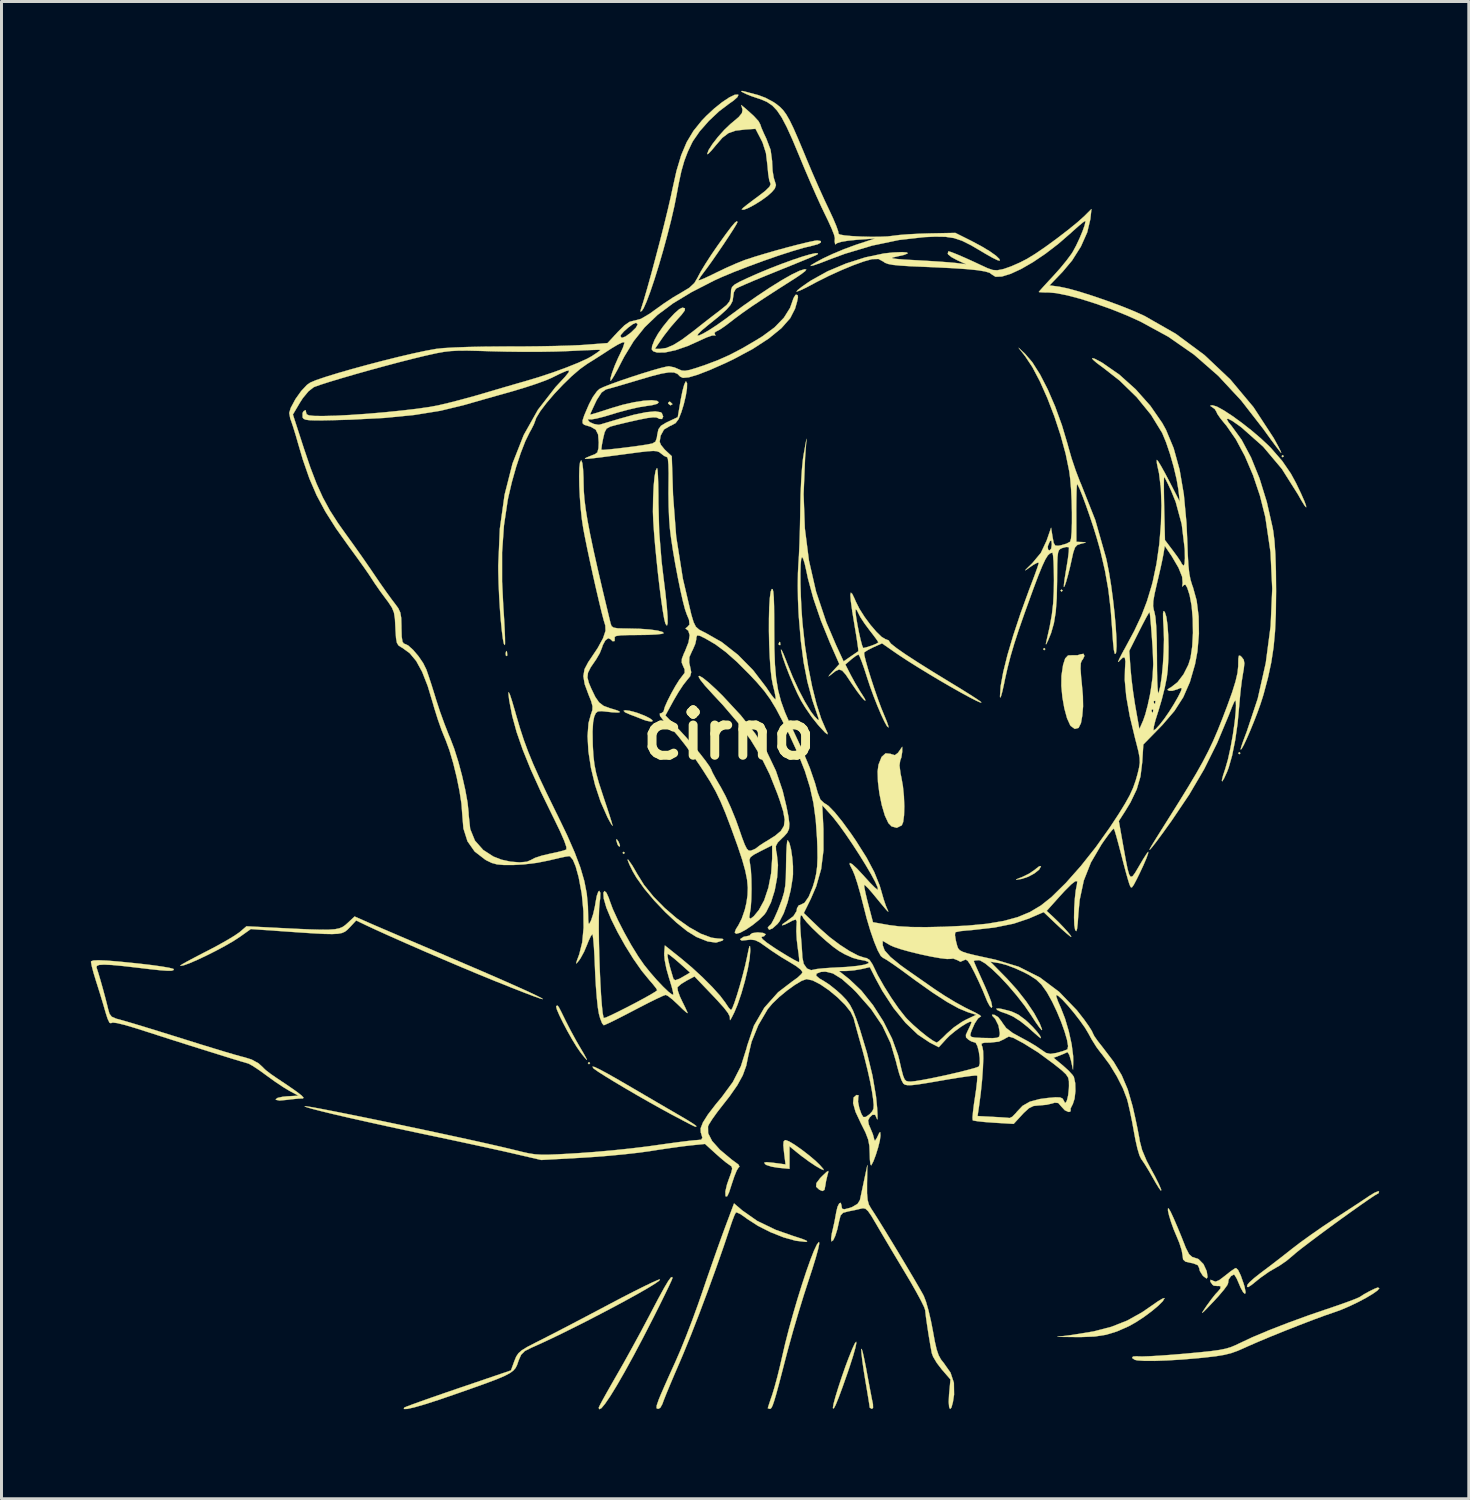
<source format=kicad_pcb>
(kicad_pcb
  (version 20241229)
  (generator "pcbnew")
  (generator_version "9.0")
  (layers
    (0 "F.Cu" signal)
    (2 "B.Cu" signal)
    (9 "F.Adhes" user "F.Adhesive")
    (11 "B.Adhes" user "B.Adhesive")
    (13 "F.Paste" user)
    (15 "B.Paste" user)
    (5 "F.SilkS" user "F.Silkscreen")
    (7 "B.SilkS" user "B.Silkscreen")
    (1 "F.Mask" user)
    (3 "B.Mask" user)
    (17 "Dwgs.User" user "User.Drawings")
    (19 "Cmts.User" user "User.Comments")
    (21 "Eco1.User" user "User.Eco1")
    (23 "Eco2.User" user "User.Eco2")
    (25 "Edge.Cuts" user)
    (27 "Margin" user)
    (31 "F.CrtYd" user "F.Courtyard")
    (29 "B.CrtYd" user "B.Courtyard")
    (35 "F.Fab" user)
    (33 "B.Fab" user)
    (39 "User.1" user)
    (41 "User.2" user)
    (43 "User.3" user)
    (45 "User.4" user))
  (footprint "cirno"
    (layer "F.Cu")
    (at 21.418 21.617)
    (property "Reference" "cirno" (at 0 0 0) (layer "F.SilkS") (effects (font (size 1.524 1.524) (thickness 0.3))))
    (attr through_hole)
    (fp_poly (pts (xy -4.658 11.026) (xy -4.694 11.062) (xy -4.731 11.026) (xy -4.694 10.99) (xy -4.658 11.026)) (stroke (width 0.01) (type solid)) (fill yes) (layer "F.SilkS"))
    (fp_poly (pts (xy -3.493 3.966) (xy -3.53 4.003) (xy -3.566 3.966) (xy -3.53 3.93) (xy -3.493 3.966)) (stroke (width 0.01) (type solid)) (fill yes) (layer "F.SilkS"))
    (fp_poly (pts (xy 10.626 -2.875) (xy 10.589 -2.838) (xy 10.553 -2.875) (xy 10.589 -2.911) (xy 10.626 -2.875)) (stroke (width 0.01) (type solid)) (fill yes) (layer "F.SilkS"))
    (fp_poly (pts (xy 11.208 -4.84) (xy 11.172 -4.803) (xy 11.135 -4.84) (xy 11.172 -4.876) (xy 11.208 -4.84)) (stroke (width 0.01) (type solid)) (fill yes) (layer "F.SilkS"))
    (fp_poly (pts (xy 17.176 0.619) (xy 17.14 0.655) (xy 17.103 0.619) (xy 17.14 0.582) (xy 17.176 0.619)) (stroke (width 0.01) (type solid)) (fill yes) (layer "F.SilkS"))
    (fp_poly (pts (xy 18.632 -9.352) (xy 18.595 -9.316) (xy 18.559 -9.352) (xy 18.595 -9.389) (xy 18.632 -9.352)) (stroke (width 0.01) (type solid)) (fill yes) (layer "F.SilkS"))
    (fp_poly (pts (xy -7.447 -2.779) (xy -7.438 -2.666) (xy -7.452 -2.64) (xy -7.485 -2.661) (xy -7.491 -2.735) (xy -7.473 -2.813) (xy -7.447 -2.779)) (stroke (width 0.01) (type solid)) (fill yes) (layer "F.SilkS"))
    (fp_poly (pts (xy 1.722 -3.105) (xy 1.731 -3.019) (xy 1.722 -3.008) (xy 1.679 -3.018) (xy 1.674 -3.057) (xy 1.701 -3.117) (xy 1.722 -3.105)) (stroke (width 0.01) (type solid)) (fill yes) (layer "F.SilkS"))
    (fp_poly (pts (xy -3.703 3.59) (xy -3.655 3.71) (xy -3.66 3.757) (xy -3.709 3.731) (xy -3.739 3.673) (xy -3.78 3.534) (xy -3.763 3.507) (xy -3.703 3.59)) (stroke (width 0.01) (type solid)) (fill yes) (layer "F.SilkS"))
    (fp_poly (pts (xy -1.965 -11.172) (xy -1.896 -11.106) (xy -1.892 -11.095) (xy -1.949 -11.063) (xy -1.965 -11.062) (xy -2.035 -11.118) (xy -2.038 -11.14) (xy -1.993 -11.183) (xy -1.965 -11.172)) (stroke (width 0.01) (type solid)) (fill yes) (layer "F.SilkS"))
    (fp_poly (pts (xy 3.336 14.702) (xy 3.315 14.774) (xy 3.265 14.985) (xy 3.244 15.119) (xy 3.212 15.281) (xy 3.142 15.319) (xy 3.038 15.275) (xy 2.932 15.177) (xy 2.941 15.053) (xy 3.07 14.883) (xy 3.142 14.811) (xy 3.282 14.679) (xy 3.339 14.644) (xy 3.336 14.702)) (stroke (width 0.01) (type solid)) (fill yes) (layer "F.SilkS"))
    (fp_poly (pts (xy 10.48 4.422) (xy 10.418 4.53) (xy 10.262 4.654) (xy 10.056 4.766) (xy 9.844 4.838) (xy 9.813 4.844) (xy 9.667 4.866) (xy 9.643 4.859) (xy 9.749 4.815) (xy 9.85 4.777) (xy 10.081 4.664) (xy 10.283 4.526) (xy 10.305 4.506) (xy 10.421 4.417) (xy 10.479 4.413) (xy 10.48 4.422)) (stroke (width 0.01) (type solid)) (fill yes) (layer "F.SilkS"))
    (fp_poly (pts (xy -3.33 -0.804) (xy -3.111 -0.746) (xy -3.068 -0.732) (xy -2.829 -0.64) (xy -2.653 -0.553) (xy -2.56 -0.483) (xy -2.572 -0.445) (xy -2.624 -0.442) (xy -2.777 -0.473) (xy -2.875 -0.508) (xy -3.038 -0.573) (xy -3.255 -0.656) (xy -3.304 -0.674) (xy -3.482 -0.752) (xy -3.533 -0.803) (xy -3.477 -0.822) (xy -3.33 -0.804)) (stroke (width 0.01) (type solid)) (fill yes) (layer "F.SilkS"))
    (fp_poly (pts (xy 4.28 20.432) (xy 4.246 20.593) (xy 4.173 20.853) (xy 4.06 21.206) (xy 3.993 21.405) (xy 3.818 21.902) (xy 3.684 22.265) (xy 3.587 22.501) (xy 3.526 22.615) (xy 3.498 22.613) (xy 3.496 22.587) (xy 3.518 22.459) (xy 3.581 22.226) (xy 3.675 21.919) (xy 3.79 21.57) (xy 3.916 21.209) (xy 4.016 20.942) (xy 4.143 20.625) (xy 4.229 20.44) (xy 4.275 20.378) (xy 4.28 20.432)) (stroke (width 0.01) (type solid)) (fill yes) (layer "F.SilkS"))
    (fp_poly (pts (xy 9.17 9.208) (xy 9.481 9.288) (xy 9.717 9.396) (xy 9.949 9.568) (xy 10.044 9.652) (xy 10.208 9.814) (xy 10.352 9.976) (xy 10.45 10.108) (xy 10.479 10.181) (xy 10.465 10.186) (xy 10.405 10.139) (xy 10.265 10.019) (xy 10.075 9.85) (xy 10.044 9.821) (xy 9.792 9.62) (xy 9.538 9.458) (xy 9.352 9.376) (xy 9.14 9.303) (xy 9.011 9.24) (xy 8.98 9.197) (xy 9.059 9.19) (xy 9.17 9.208)) (stroke (width 0.01) (type solid)) (fill yes) (layer "F.SilkS"))
    (fp_poly (pts (xy 4.495 20.728) (xy 4.544 20.944) (xy 4.605 21.246) (xy 4.626 21.361) (xy 4.694 21.729) (xy 4.756 22.056) (xy 4.805 22.311) (xy 4.836 22.46) (xy 4.839 22.471) (xy 4.843 22.596) (xy 4.805 22.634) (xy 4.733 22.593) (xy 4.73 22.58) (xy 4.718 22.49) (xy 4.686 22.288) (xy 4.639 22.004) (xy 4.585 21.688) (xy 4.528 21.334) (xy 4.482 21.012) (xy 4.454 20.761) (xy 4.447 20.633) (xy 4.461 20.618) (xy 4.495 20.728)) (stroke (width 0.01) (type solid)) (fill yes) (layer "F.SilkS"))
    (fp_poly (pts (xy 14.629 18.917) (xy 14.571 19.017) (xy 14.418 19.17) (xy 14.199 19.353) (xy 13.942 19.544) (xy 13.676 19.719) (xy 13.431 19.857) (xy 13.424 19.86) (xy 13.028 20.034) (xy 12.666 20.145) (xy 12.283 20.204) (xy 11.826 20.222) (xy 11.681 20.222) (xy 11.026 20.214) (xy 11.528 20.15) (xy 12.239 20.034) (xy 12.843 19.878) (xy 13.376 19.668) (xy 13.875 19.39) (xy 14.19 19.173) (xy 14.398 19.028) (xy 14.553 18.935) (xy 14.626 18.912) (xy 14.629 18.917)) (stroke (width 0.01) (type solid)) (fill yes) (layer "F.SilkS"))
    (fp_poly (pts (xy -5.742 9.099) (xy -5.7 9.159) (xy -5.629 9.296) (xy -5.512 9.534) (xy -5.474 9.611) (xy -5.311 9.93) (xy -5.125 10.271) (xy -4.991 10.502) (xy -4.868 10.711) (xy -4.787 10.86) (xy -4.764 10.917) (xy -4.764 10.917) (xy -4.817 10.865) (xy -4.926 10.733) (xy -4.983 10.659) (xy -5.111 10.472) (xy -5.262 10.225) (xy -5.419 9.947) (xy -5.566 9.668) (xy -5.689 9.418) (xy -5.771 9.227) (xy -5.797 9.125) (xy -5.794 9.118) (xy -5.768 9.093) (xy -5.742 9.099)) (stroke (width 0.01) (type solid)) (fill yes) (layer "F.SilkS"))
    (fp_poly (pts (xy 11.94 -2.646) (xy 11.884 -2.528) (xy 11.854 -2.495) (xy 11.817 -2.404) (xy 11.809 -2.221) (xy 11.829 -1.925) (xy 11.849 -1.734) (xy 11.888 -1.3) (xy 11.894 -0.952) (xy 11.867 -0.638) (xy 11.823 -0.39) (xy 11.743 -0.229) (xy 11.616 -0.195) (xy 11.48 -0.294) (xy 11.461 -0.32) (xy 11.356 -0.552) (xy 11.266 -0.881) (xy 11.199 -1.26) (xy 11.164 -1.64) (xy 11.168 -1.973) (xy 11.171 -1.998) (xy 11.223 -2.344) (xy 11.293 -2.561) (xy 11.39 -2.663) (xy 11.517 -2.667) (xy 11.705 -2.667) (xy 11.802 -2.699) (xy 11.909 -2.717) (xy 11.94 -2.646)) (stroke (width 0.01) (type solid)) (fill yes) (layer "F.SilkS"))
    (fp_poly (pts (xy -3.367 4.209) (xy -3.24 4.39) (xy -3.11 4.612) (xy -3.092 4.646) (xy -2.849 5.039) (xy -2.528 5.436) (xy -2.153 5.817) (xy -1.748 6.165) (xy -1.335 6.459) (xy -0.938 6.682) (xy -0.581 6.814) (xy -0.371 6.842) (xy -0.211 6.852) (xy -0.183 6.884) (xy -0.218 6.914) (xy -0.429 6.979) (xy -0.71 6.939) (xy -1.075 6.794) (xy -1.092 6.786) (xy -1.399 6.595) (xy -1.754 6.31) (xy -2.13 5.959) (xy -2.499 5.571) (xy -2.831 5.176) (xy -3.099 4.802) (xy -3.227 4.583) (xy -3.335 4.361) (xy -3.392 4.222) (xy -3.391 4.185) (xy -3.367 4.209)) (stroke (width 0.01) (type solid)) (fill yes) (layer "F.SilkS"))
    (fp_poly (pts (xy 2.026 13.654) (xy 2.216 13.769) (xy 2.449 13.932) (xy 2.691 14.119) (xy 2.91 14.304) (xy 3.051 14.44) (xy 3.168 14.572) (xy 3.184 14.618) (xy 3.093 14.58) (xy 2.911 14.475) (xy 2.7 14.334) (xy 2.455 14.155) (xy 2.347 14.07) (xy 2.038 13.818) (xy 2.038 14.574) (xy 1.67 14.539) (xy 1.44 14.502) (xy 1.265 14.446) (xy 1.215 14.413) (xy 1.192 14.364) (xy 1.266 14.35) (xy 1.457 14.367) (xy 1.516 14.374) (xy 1.905 14.426) (xy 1.854 14.018) (xy 1.831 13.782) (xy 1.84 13.657) (xy 1.886 13.612) (xy 1.913 13.61) (xy 2.026 13.654)) (stroke (width 0.01) (type solid)) (fill yes) (layer "F.SilkS"))
    (fp_poly (pts (xy 5.822 0.571) (xy 5.793 0.763) (xy 5.755 0.862) (xy 5.731 1.029) (xy 5.766 1.309) (xy 5.791 1.422) (xy 5.845 1.725) (xy 5.879 2.064) (xy 5.892 2.402) (xy 5.884 2.703) (xy 5.854 2.93) (xy 5.808 3.042) (xy 5.64 3.125) (xy 5.465 3.078) (xy 5.357 2.966) (xy 5.239 2.712) (xy 5.136 2.364) (xy 5.056 1.971) (xy 5.007 1.578) (xy 4.996 1.233) (xy 5.025 1.009) (xy 5.129 0.746) (xy 5.264 0.624) (xy 5.432 0.641) (xy 5.449 0.65) (xy 5.575 0.686) (xy 5.676 0.611) (xy 5.709 0.566) (xy 5.822 0.404) (xy 5.822 0.571)) (stroke (width 0.01) (type solid)) (fill yes) (layer "F.SilkS"))
    (fp_poly (pts (xy -4.511 11.154) (xy -4.342 11.233) (xy -4.066 11.381) (xy -3.678 11.602) (xy -3.239 11.857) (xy -2.833 12.095) (xy -2.426 12.333) (xy -2.053 12.551) (xy -1.75 12.727) (xy -1.619 12.803) (xy -1.379 12.945) (xy -1.195 13.06) (xy -1.099 13.13) (xy -1.092 13.14) (xy -1.094 13.159) (xy -1.115 13.162) (xy -1.175 13.138) (xy -1.295 13.079) (xy -1.495 12.975) (xy -1.796 12.815) (xy -1.929 12.745) (xy -2.285 12.551) (xy -2.676 12.332) (xy -3.081 12.101) (xy -3.476 11.87) (xy -3.841 11.653) (xy -4.152 11.462) (xy -4.388 11.312) (xy -4.526 11.214) (xy -4.548 11.195) (xy -4.577 11.142) (xy -4.511 11.154)) (stroke (width 0.01) (type solid)) (fill yes) (layer "F.SilkS"))
    (fp_poly (pts (xy -1.893 18.245) (xy -1.924 18.325) (xy -2.012 18.515) (xy -2.146 18.792) (xy -2.315 19.136) (xy -2.511 19.527) (xy -2.537 19.578) (xy -2.882 20.25) (xy -3.203 20.856) (xy -3.496 21.389) (xy -3.755 21.839) (xy -3.975 22.198) (xy -4.152 22.458) (xy -4.278 22.61) (xy -4.351 22.645) (xy -4.367 22.595) (xy -4.332 22.517) (xy -4.236 22.336) (xy -4.091 22.075) (xy -3.909 21.755) (xy -3.779 21.528) (xy -3.526 21.085) (xy -3.239 20.567) (xy -2.947 20.031) (xy -2.682 19.532) (xy -2.609 19.392) (xy -2.361 18.92) (xy -2.171 18.573) (xy -2.034 18.343) (xy -1.945 18.223) (xy -1.9 18.205) (xy -1.893 18.245)) (stroke (width 0.01) (type solid)) (fill yes) (layer "F.SilkS"))
    (fp_poly (pts (xy 2.036 3.64) (xy 2.089 3.847) (xy 2.129 4.117) (xy 2.154 4.409) (xy 2.155 4.682) (xy 2.147 4.785) (xy 2.078 5.216) (xy 1.973 5.631) (xy 1.844 5.993) (xy 1.703 6.265) (xy 1.637 6.35) (xy 1.47 6.501) (xy 1.356 6.548) (xy 1.31 6.485) (xy 1.31 6.477) (xy 1.362 6.407) (xy 1.378 6.405) (xy 1.432 6.341) (xy 1.522 6.173) (xy 1.631 5.929) (xy 1.681 5.804) (xy 1.786 5.527) (xy 1.854 5.299) (xy 1.895 5.073) (xy 1.915 4.805) (xy 1.922 4.447) (xy 1.923 4.356) (xy 1.929 4.027) (xy 1.942 3.764) (xy 1.959 3.591) (xy 1.978 3.538) (xy 2.036 3.64)) (stroke (width 0.01) (type solid)) (fill yes) (layer "F.SilkS"))
    (fp_poly (pts (xy -2.392 -8.883) (xy -2.379 -8.693) (xy -2.369 -8.406) (xy -2.363 -8.045) (xy -2.362 -7.769) (xy -2.337 -6.801) (xy -2.257 -5.817) (xy -2.195 -5.299) (xy -2.126 -4.739) (xy -2.08 -4.289) (xy -2.056 -3.955) (xy -2.054 -3.744) (xy -2.076 -3.663) (xy -2.121 -3.718) (xy -2.131 -3.74) (xy -2.169 -3.891) (xy -2.216 -4.161) (xy -2.269 -4.524) (xy -2.324 -4.954) (xy -2.379 -5.425) (xy -2.43 -5.911) (xy -2.476 -6.386) (xy -2.512 -6.824) (xy -2.537 -7.199) (xy -2.547 -7.485) (xy -2.547 -7.504) (xy -2.54 -7.958) (xy -2.522 -8.349) (xy -2.493 -8.659) (xy -2.456 -8.866) (xy -2.413 -8.951) (xy -2.408 -8.952) (xy -2.392 -8.883)) (stroke (width 0.01) (type solid)) (fill yes) (layer "F.SilkS"))
    (fp_poly (pts (xy 14.772 15.912) (xy 14.831 16.012) (xy 14.929 16.222) (xy 15.056 16.515) (xy 15.2 16.863) (xy 15.345 17.231) (xy 15.452 17.439) (xy 15.561 17.536) (xy 15.584 17.54) (xy 15.77 17.605) (xy 15.936 17.773) (xy 16.041 18.002) (xy 16.048 18.031) (xy 16.073 18.209) (xy 16.041 18.258) (xy 15.942 18.187) (xy 15.907 18.153) (xy 15.814 18.003) (xy 15.793 17.908) (xy 15.746 17.808) (xy 15.589 17.746) (xy 15.514 17.732) (xy 15.331 17.69) (xy 15.252 17.618) (xy 15.235 17.483) (xy 15.205 17.309) (xy 15.127 17.064) (xy 15.038 16.848) (xy 14.936 16.606) (xy 14.848 16.361) (xy 14.781 16.142) (xy 14.744 15.978) (xy 14.745 15.9) (xy 14.772 15.912)) (stroke (width 0.01) (type solid)) (fill yes) (layer "F.SilkS"))
    (fp_poly (pts (xy 3.035 17.096) (xy 2.996 17.281) (xy 2.917 17.567) (xy 2.803 17.938) (xy 2.689 18.286) (xy 2.518 18.814) (xy 2.332 19.421) (xy 2.149 20.047) (xy 1.988 20.629) (xy 1.929 20.851) (xy 1.787 21.401) (xy 1.676 21.826) (xy 1.59 22.142) (xy 1.524 22.364) (xy 1.475 22.508) (xy 1.436 22.591) (xy 1.403 22.627) (xy 1.377 22.634) (xy 1.311 22.614) (xy 1.31 22.609) (xy 1.332 22.533) (xy 1.389 22.359) (xy 1.459 22.155) (xy 1.536 21.902) (xy 1.629 21.558) (xy 1.724 21.172) (xy 1.789 20.888) (xy 1.894 20.436) (xy 2.019 19.948) (xy 2.16 19.441) (xy 2.308 18.936) (xy 2.459 18.452) (xy 2.605 18.009) (xy 2.741 17.626) (xy 2.86 17.322) (xy 2.956 17.118) (xy 3.023 17.032) (xy 3.03 17.031) (xy 3.035 17.096)) (stroke (width 0.01) (type solid)) (fill yes) (layer "F.SilkS"))
    (fp_poly (pts (xy 21.83 15.332) (xy 21.817 15.392) (xy 21.791 15.405) (xy 21.689 15.463) (xy 21.493 15.594) (xy 21.222 15.782) (xy 20.899 16.011) (xy 20.544 16.266) (xy 20.179 16.532) (xy 19.825 16.793) (xy 19.503 17.035) (xy 19.234 17.24) (xy 19.04 17.395) (xy 18.959 17.466) (xy 18.728 17.659) (xy 18.477 17.832) (xy 18.372 17.891) (xy 18.136 18.029) (xy 17.876 18.211) (xy 17.764 18.299) (xy 17.558 18.466) (xy 17.441 18.543) (xy 17.399 18.537) (xy 17.411 18.468) (xy 17.48 18.384) (xy 17.637 18.243) (xy 17.852 18.073) (xy 17.908 18.031) (xy 18.192 17.817) (xy 18.527 17.559) (xy 18.851 17.305) (xy 18.923 17.248) (xy 19.199 17.037) (xy 19.555 16.781) (xy 19.944 16.511) (xy 20.323 16.259) (xy 20.342 16.247) (xy 20.684 16.025) (xy 21.009 15.813) (xy 21.283 15.632) (xy 21.474 15.504) (xy 21.502 15.485) (xy 21.677 15.378) (xy 21.8 15.328) (xy 21.83 15.332)) (stroke (width 0.01) (type solid)) (fill yes) (layer "F.SilkS"))
    (fp_poly (pts (xy 0.322 -21.479) (xy 0.289 -21.407) (xy 0.16 -21.291) (xy 0.008 -21.184) (xy -0.328 -20.93) (xy -0.669 -20.609) (xy -0.973 -20.264) (xy -1.2 -19.937) (xy -1.236 -19.871) (xy -1.381 -19.565) (xy -1.496 -19.261) (xy -1.593 -18.92) (xy -1.683 -18.501) (xy -1.747 -18.156) (xy -1.829 -17.742) (xy -1.937 -17.272) (xy -2.065 -16.77) (xy -2.205 -16.256) (xy -2.351 -15.755) (xy -2.496 -15.289) (xy -2.634 -14.879) (xy -2.758 -14.549) (xy -2.86 -14.32) (xy -2.921 -14.228) (xy -2.968 -14.206) (xy -2.956 -14.265) (xy -2.859 -14.573) (xy -2.737 -14.992) (xy -2.599 -15.489) (xy -2.453 -16.034) (xy -2.306 -16.593) (xy -2.168 -17.137) (xy -2.047 -17.633) (xy -1.95 -18.05) (xy -1.9 -18.286) (xy -1.756 -18.93) (xy -1.598 -19.457) (xy -1.413 -19.895) (xy -1.187 -20.272) (xy -0.908 -20.618) (xy -0.758 -20.774) (xy -0.488 -21.025) (xy -0.223 -21.237) (xy 0.014 -21.395) (xy 0.199 -21.485) (xy 0.309 -21.492) (xy 0.322 -21.479)) (stroke (width 0.01) (type solid)) (fill yes) (layer "F.SilkS"))
    (fp_poly (pts (xy 17.098 17.97) (xy 17.187 18.153) (xy 17.283 18.426) (xy 17.317 18.541) (xy 17.351 18.716) (xy 17.33 18.772) (xy 17.268 18.717) (xy 17.181 18.559) (xy 17.136 18.45) (xy 17.053 18.259) (xy 16.982 18.141) (xy 16.957 18.122) (xy 16.86 18.176) (xy 16.78 18.29) (xy 16.764 18.393) (xy 16.767 18.399) (xy 16.737 18.476) (xy 16.624 18.631) (xy 16.448 18.839) (xy 16.298 19.003) (xy 16.074 19.238) (xy 15.942 19.372) (xy 15.892 19.41) (xy 15.917 19.359) (xy 16.007 19.224) (xy 16.046 19.167) (xy 16.201 18.954) (xy 16.338 18.782) (xy 16.413 18.703) (xy 16.504 18.594) (xy 16.51 18.514) (xy 16.431 18.505) (xy 16.421 18.509) (xy 16.286 18.498) (xy 16.239 18.466) (xy 16.166 18.361) (xy 16.17 18.299) (xy 16.243 18.322) (xy 16.257 18.333) (xy 16.343 18.362) (xy 16.466 18.311) (xy 16.655 18.168) (xy 16.665 18.16) (xy 16.844 18.018) (xy 16.98 17.925) (xy 17.028 17.904) (xy 17.098 17.97)) (stroke (width 0.01) (type solid)) (fill yes) (layer "F.SilkS"))
    (fp_poly (pts (xy 0.451 15.97) (xy 0.955 16.324) (xy 1.58 16.625) (xy 2.147 16.823) (xy 2.447 16.92) (xy 2.608 16.985) (xy 2.631 17.02) (xy 2.579 17.026) (xy 2.245 16.988) (xy 1.84 16.875) (xy 1.405 16.703) (xy 0.982 16.49) (xy 0.613 16.252) (xy 0.561 16.212) (xy 0.392 16.094) (xy 0.269 16.038) (xy 0.237 16.042) (xy 0.189 16.133) (xy 0.118 16.316) (xy 0.066 16.469) (xy -0.167 17.164) (xy -0.43 17.915) (xy -0.71 18.686) (xy -0.994 19.442) (xy -1.269 20.148) (xy -1.521 20.767) (xy -1.634 21.033) (xy -1.811 21.443) (xy -1.969 21.815) (xy -2.098 22.126) (xy -2.188 22.353) (xy -2.23 22.47) (xy -2.23 22.471) (xy -2.301 22.598) (xy -2.373 22.634) (xy -2.426 22.611) (xy -2.421 22.52) (xy -2.355 22.329) (xy -2.354 22.325) (xy -2.279 22.144) (xy -2.158 21.866) (xy -2.007 21.526) (xy -1.84 21.157) (xy -1.8 21.07) (xy -1.629 20.676) (xy -1.432 20.19) (xy -1.227 19.657) (xy -1.033 19.125) (xy -0.912 18.777) (xy -0.744 18.284) (xy -0.565 17.769) (xy -0.391 17.274) (xy -0.236 16.842) (xy -0.141 16.583) (xy 0.176 15.735) (xy 0.451 15.97)) (stroke (width 0.01) (type solid)) (fill yes) (layer "F.SilkS"))
    (fp_poly (pts (xy -2.336 18.329) (xy -2.475 18.427) (xy -2.712 18.573) (xy -3.03 18.756) (xy -3.413 18.968) (xy -3.845 19.201) (xy -4.309 19.445) (xy -4.788 19.693) (xy -5.267 19.934) (xy -5.728 20.162) (xy -6.156 20.366) (xy -6.534 20.538) (xy -6.632 20.581) (xy -6.848 20.691) (xy -6.973 20.817) (xy -7.059 21.013) (xy -7.068 21.043) (xy -7.109 21.161) (xy -7.158 21.259) (xy -7.233 21.346) (xy -7.348 21.431) (xy -7.52 21.522) (xy -7.765 21.627) (xy -8.099 21.754) (xy -8.538 21.912) (xy -9.097 22.109) (xy -9.138 22.123) (xy -9.724 22.325) (xy -10.199 22.478) (xy -10.559 22.582) (xy -10.797 22.635) (xy -10.91 22.637) (xy -10.898 22.591) (xy -10.82 22.557) (xy -10.623 22.483) (xy -10.326 22.376) (xy -9.947 22.242) (xy -9.505 22.089) (xy -9.085 21.945) (xy -7.314 21.342) (xy -7.198 21.024) (xy -7.139 20.88) (xy -7.065 20.768) (xy -6.951 20.667) (xy -6.768 20.555) (xy -6.49 20.411) (xy -6.361 20.346) (xy -6.088 20.207) (xy -5.714 20.015) (xy -5.271 19.784) (xy -4.785 19.529) (xy -4.286 19.266) (xy -4.016 19.123) (xy -3.57 18.888) (xy -3.164 18.68) (xy -2.817 18.507) (xy -2.546 18.378) (xy -2.371 18.302) (xy -2.311 18.286) (xy -2.336 18.329)) (stroke (width 0.01) (type solid)) (fill yes) (layer "F.SilkS"))
    (fp_poly (pts (xy 21.84 18.586) (xy 21.775 18.661) (xy 21.621 18.77) (xy 21.401 18.902) (xy 21.136 19.043) (xy 20.849 19.181) (xy 20.561 19.305) (xy 20.305 19.397) (xy 20.008 19.499) (xy 19.612 19.645) (xy 19.154 19.821) (xy 18.669 20.012) (xy 18.192 20.205) (xy 17.76 20.386) (xy 17.407 20.54) (xy 17.332 20.575) (xy 17.086 20.683) (xy 16.865 20.762) (xy 16.63 20.82) (xy 16.343 20.867) (xy 15.967 20.91) (xy 15.757 20.931) (xy 15.223 20.976) (xy 14.729 21.006) (xy 14.298 21.022) (xy 13.952 21.021) (xy 13.714 21.005) (xy 13.628 20.985) (xy 13.538 20.922) (xy 13.571 20.875) (xy 13.707 20.866) (xy 13.746 20.871) (xy 13.883 20.874) (xy 14.139 20.865) (xy 14.484 20.845) (xy 14.894 20.815) (xy 15.326 20.779) (xy 15.818 20.733) (xy 16.191 20.694) (xy 16.471 20.655) (xy 16.684 20.612) (xy 16.857 20.56) (xy 17.014 20.494) (xy 17.114 20.446) (xy 17.569 20.232) (xy 18.136 19.993) (xy 18.785 19.741) (xy 19.485 19.486) (xy 20.067 19.287) (xy 20.438 19.161) (xy 20.762 19.046) (xy 21.014 18.951) (xy 21.167 18.886) (xy 21.195 18.869) (xy 21.317 18.79) (xy 21.492 18.693) (xy 21.665 18.607) (xy 21.781 18.561) (xy 21.794 18.559) (xy 21.84 18.586)) (stroke (width 0.01) (type solid)) (fill yes) (layer "F.SilkS"))
    (fp_poly (pts (xy 0.591 -20.997) (xy 0.836 -20.776) (xy 0.998 -20.599) (xy 1.059 -20.485) (xy 1.059 -20.485) (xy 1.091 -20.386) (xy 1.171 -20.201) (xy 1.259 -20.014) (xy 1.403 -19.636) (xy 1.454 -19.258) (xy 1.455 -19.199) (xy 1.47 -18.932) (xy 1.509 -18.698) (xy 1.54 -18.598) (xy 1.584 -18.455) (xy 1.543 -18.335) (xy 1.449 -18.223) (xy 1.297 -18.086) (xy 1.097 -17.941) (xy 0.879 -17.804) (xy 0.677 -17.695) (xy 0.52 -17.631) (xy 0.441 -17.631) (xy 0.437 -17.643) (xy 0.491 -17.697) (xy 0.638 -17.814) (xy 0.849 -17.973) (xy 0.951 -18.048) (xy 1.217 -18.252) (xy 1.365 -18.396) (xy 1.406 -18.487) (xy 1.396 -18.509) (xy 1.357 -18.621) (xy 1.323 -18.833) (xy 1.299 -19.101) (xy 1.298 -19.11) (xy 1.247 -19.529) (xy 1.136 -19.876) (xy 1.084 -19.983) (xy 0.897 -20.342) (xy 0.551 -20.319) (xy 0.226 -20.281) (xy -0.012 -20.197) (xy -0.218 -20.04) (xy -0.432 -19.793) (xy -0.581 -19.615) (xy -0.687 -19.506) (xy -0.728 -19.49) (xy -0.728 -19.49) (xy -0.679 -19.628) (xy -0.549 -19.831) (xy -0.366 -20.067) (xy -0.154 -20.304) (xy 0.059 -20.507) (xy 0.121 -20.558) (xy 0.334 -20.739) (xy 0.441 -20.871) (xy 0.461 -20.98) (xy 0.457 -20.997) (xy 0.417 -21.142) (xy 0.591 -20.997)) (stroke (width 0.01) (type solid)) (fill yes) (layer "F.SilkS"))
    (fp_poly (pts (xy 17.168 -2.653) (xy 17.223 -2.604) (xy 17.288 -2.516) (xy 17.309 -2.399) (xy 17.289 -2.209) (xy 17.263 -2.061) (xy 17.219 -1.783) (xy 17.177 -1.427) (xy 17.143 -1.06) (xy 17.137 -0.983) (xy 17.081 -0.378) (xy 16.999 0.193) (xy 16.897 0.7) (xy 16.781 1.108) (xy 16.727 1.249) (xy 16.623 1.475) (xy 16.564 1.567) (xy 16.553 1.53) (xy 16.593 1.37) (xy 16.67 1.135) (xy 16.758 0.828) (xy 16.846 0.43) (xy 16.925 -0.011) (xy 16.986 -0.442) (xy 17.022 -0.813) (xy 17.027 -0.983) (xy 17.022 -1.11) (xy 17.005 -1.155) (xy 16.967 -1.102) (xy 16.896 -0.939) (xy 16.785 -0.655) (xy 16.393 0.282) (xy 15.959 1.155) (xy 15.456 2.011) (xy 14.858 2.899) (xy 14.838 2.926) (xy 14.567 3.303) (xy 14.356 3.589) (xy 14.208 3.779) (xy 14.131 3.866) (xy 14.129 3.843) (xy 14.159 3.785) (xy 14.22 3.684) (xy 14.341 3.487) (xy 14.507 3.222) (xy 14.699 2.916) (xy 14.725 2.875) (xy 15.112 2.258) (xy 15.43 1.741) (xy 15.693 1.3) (xy 15.911 0.913) (xy 16.096 0.557) (xy 16.261 0.21) (xy 16.416 -0.151) (xy 16.574 -0.548) (xy 16.731 -0.959) (xy 16.9 -1.429) (xy 17.013 -1.793) (xy 17.079 -2.077) (xy 17.103 -2.306) (xy 17.103 -2.339) (xy 17.107 -2.557) (xy 17.125 -2.654) (xy 17.168 -2.653)) (stroke (width 0.01) (type solid)) (fill yes) (layer "F.SilkS"))
    (fp_poly (pts (xy -12.122 6.297) (xy -11.946 6.374) (xy -11.656 6.499) (xy -11.273 6.663) (xy -10.817 6.859) (xy -10.307 7.076) (xy -9.765 7.307) (xy -9.498 7.421) (xy -8.747 7.742) (xy -8.087 8.026) (xy -7.522 8.273) (xy -7.056 8.48) (xy -6.691 8.646) (xy -6.432 8.769) (xy -6.282 8.846) (xy -6.244 8.877) (xy -6.322 8.859) (xy -6.52 8.79) (xy -6.84 8.669) (xy -7.288 8.494) (xy -7.86 8.265) (xy -8.383 8.051) (xy -8.967 7.807) (xy -9.585 7.544) (xy -10.209 7.276) (xy -10.811 7.013) (xy -11.364 6.768) (xy -11.84 6.553) (xy -12.211 6.38) (xy -12.241 6.365) (xy -12.511 6.236) (xy -12.725 6.466) (xy -12.807 6.549) (xy -12.887 6.612) (xy -12.986 6.656) (xy -13.123 6.682) (xy -13.316 6.692) (xy -13.584 6.687) (xy -13.947 6.668) (xy -14.424 6.637) (xy -14.811 6.61) (xy -16.048 6.524) (xy -16.412 6.783) (xy -16.631 6.926) (xy -16.909 7.087) (xy -17.22 7.254) (xy -17.54 7.415) (xy -17.844 7.558) (xy -18.105 7.671) (xy -18.3 7.741) (xy -18.403 7.758) (xy -18.413 7.747) (xy -18.352 7.706) (xy -18.185 7.612) (xy -17.934 7.479) (xy -17.625 7.318) (xy -17.53 7.27) (xy -17.182 7.087) (xy -16.861 6.907) (xy -16.601 6.751) (xy -16.435 6.637) (xy -16.42 6.625) (xy -16.193 6.431) (xy -15.138 6.485) (xy -14.537 6.515) (xy -14.063 6.536) (xy -13.698 6.546) (xy -13.424 6.544) (xy -13.224 6.53) (xy -13.078 6.5) (xy -12.97 6.456) (xy -12.88 6.394) (xy -12.803 6.326) (xy -12.563 6.102) (xy -12.122 6.297)) (stroke (width 0.01) (type solid)) (fill yes) (layer "F.SilkS"))
    (fp_poly (pts (xy 16.388 -11.016) (xy 16.616 -10.891) (xy 16.902 -10.704) (xy 17.221 -10.473) (xy 17.55 -10.215) (xy 17.862 -9.949) (xy 18.134 -9.693) (xy 18.197 -9.629) (xy 18.577 -9.194) (xy 18.87 -8.767) (xy 19.048 -8.439) (xy 19.211 -8.098) (xy 19.323 -7.844) (xy 19.38 -7.687) (xy 19.383 -7.634) (xy 19.33 -7.693) (xy 19.22 -7.871) (xy 19.108 -8.069) (xy 18.567 -8.926) (xy 17.94 -9.671) (xy 17.218 -10.312) (xy 17.152 -10.362) (xy 16.912 -10.531) (xy 16.765 -10.609) (xy 16.718 -10.597) (xy 16.775 -10.492) (xy 16.873 -10.374) (xy 17.216 -9.902) (xy 17.534 -9.306) (xy 17.818 -8.604) (xy 18.062 -7.815) (xy 18.256 -6.96) (xy 18.278 -6.841) (xy 18.319 -6.515) (xy 18.35 -6.061) (xy 18.368 -5.497) (xy 18.374 -4.841) (xy 18.374 -4.803) (xy 18.366 -4.085) (xy 18.339 -3.475) (xy 18.289 -2.935) (xy 18.212 -2.43) (xy 18.103 -1.921) (xy 17.957 -1.372) (xy 17.928 -1.274) (xy 17.849 -1.028) (xy 17.745 -0.738) (xy 17.625 -0.429) (xy 17.501 -0.127) (xy 17.384 0.142) (xy 17.285 0.352) (xy 17.214 0.479) (xy 17.182 0.495) (xy 17.182 0.493) (xy 17.204 0.405) (xy 17.268 0.218) (xy 17.361 -0.03) (xy 17.384 -0.089) (xy 17.758 -1.214) (xy 18.028 -2.412) (xy 18.191 -3.651) (xy 18.245 -4.9) (xy 18.187 -6.127) (xy 18.014 -7.3) (xy 18.008 -7.326) (xy 17.832 -8.026) (xy 17.601 -8.712) (xy 17.327 -9.353) (xy 17.025 -9.917) (xy 16.709 -10.373) (xy 16.648 -10.445) (xy 16.499 -10.629) (xy 16.4 -10.774) (xy 16.375 -10.833) (xy 16.32 -10.929) (xy 16.248 -10.984) (xy 16.162 -11.042) (xy 16.203 -11.059) (xy 16.243 -11.06) (xy 16.388 -11.016)) (stroke (width 0.01) (type solid)) (fill yes) (layer "F.SilkS"))
    (fp_poly (pts (xy 4.641 15.071) (xy 4.641 15.397) (xy 4.66 15.618) (xy 4.703 15.775) (xy 4.779 15.908) (xy 4.779 15.908) (xy 4.882 16.065) (xy 5.043 16.321) (xy 5.247 16.651) (xy 5.478 17.03) (xy 5.72 17.431) (xy 5.958 17.829) (xy 6.177 18.198) (xy 6.36 18.511) (xy 6.494 18.745) (xy 6.547 18.844) (xy 6.621 19.037) (xy 6.705 19.332) (xy 6.787 19.684) (xy 6.847 19.991) (xy 6.917 20.373) (xy 6.979 20.642) (xy 7.045 20.833) (xy 7.124 20.977) (xy 7.214 21.09) (xy 7.444 21.417) (xy 7.557 21.759) (xy 7.563 22.154) (xy 7.524 22.407) (xy 7.474 22.588) (xy 7.429 22.638) (xy 7.397 22.571) (xy 7.383 22.401) (xy 7.395 22.143) (xy 7.396 22.14) (xy 7.442 21.645) (xy 7.148 21.306) (xy 6.982 21.089) (xy 6.859 20.881) (xy 6.815 20.763) (xy 6.762 20.469) (xy 6.707 20.141) (xy 6.658 19.821) (xy 6.619 19.549) (xy 6.598 19.363) (xy 6.595 19.323) (xy 6.558 19.215) (xy 6.457 19.007) (xy 6.303 18.722) (xy 6.111 18.383) (xy 5.934 18.086) (xy 5.689 17.677) (xy 5.442 17.264) (xy 5.215 16.881) (xy 5.029 16.565) (xy 4.949 16.428) (xy 4.789 16.158) (xy 4.677 15.995) (xy 4.59 15.915) (xy 4.508 15.897) (xy 4.44 15.91) (xy 4.237 15.958) (xy 4.005 16.004) (xy 3.837 16.05) (xy 3.752 16.141) (xy 3.704 16.326) (xy 3.701 16.34) (xy 3.644 16.601) (xy 3.575 16.822) (xy 3.506 16.969) (xy 3.451 17.01) (xy 3.445 17.006) (xy 3.435 16.915) (xy 3.46 16.737) (xy 3.481 16.65) (xy 3.545 16.365) (xy 3.6 16.07) (xy 3.606 16.03) (xy 3.65 15.848) (xy 3.707 15.735) (xy 3.758 15.714) (xy 3.784 15.806) (xy 3.785 15.83) (xy 3.803 15.913) (xy 3.881 15.932) (xy 4.049 15.889) (xy 4.138 15.859) (xy 4.324 15.749) (xy 4.402 15.622) (xy 4.434 15.473) (xy 4.485 15.234) (xy 4.544 14.956) (xy 4.652 14.447) (xy 4.641 15.071)) (stroke (width 0.01) (type solid)) (fill yes) (layer "F.SilkS"))
    (fp_poly (pts (xy 0.546 -21.592) (xy 0.709 -21.548) (xy 0.933 -21.489) (xy 0.99 -21.474) (xy 1.234 -21.382) (xy 1.499 -21.24) (xy 1.592 -21.177) (xy 1.714 -21.08) (xy 1.823 -20.969) (xy 1.928 -20.826) (xy 2.04 -20.632) (xy 2.169 -20.367) (xy 2.324 -20.013) (xy 2.518 -19.552) (xy 2.625 -19.292) (xy 2.806 -18.863) (xy 3.011 -18.395) (xy 3.213 -17.949) (xy 3.36 -17.639) (xy 3.501 -17.336) (xy 3.609 -17.08) (xy 3.673 -16.899) (xy 3.683 -16.824) (xy 3.729 -16.792) (xy 3.89 -16.763) (xy 4.135 -16.741) (xy 4.432 -16.725) (xy 4.751 -16.717) (xy 5.06 -16.718) (xy 5.329 -16.729) (xy 5.522 -16.752) (xy 5.73 -16.778) (xy 6.04 -16.802) (xy 6.406 -16.821) (xy 6.731 -16.831) (xy 7.605 -16.848) (xy 8.151 -16.575) (xy 8.482 -16.398) (xy 8.763 -16.229) (xy 8.971 -16.081) (xy 9.086 -15.969) (xy 9.097 -15.914) (xy 9.022 -15.932) (xy 8.855 -16.013) (xy 8.626 -16.142) (xy 8.516 -16.208) (xy 8.137 -16.431) (xy 7.833 -16.583) (xy 7.56 -16.674) (xy 7.273 -16.717) (xy 6.927 -16.722) (xy 6.56 -16.706) (xy 5.713 -16.61) (xy 4.811 -16.421) (xy 3.899 -16.148) (xy 3.439 -15.978) (xy 3.076 -15.838) (xy 2.844 -15.758) (xy 2.744 -15.737) (xy 2.776 -15.774) (xy 2.941 -15.871) (xy 3.166 -15.991) (xy 3.492 -16.144) (xy 3.88 -16.306) (xy 4.253 -16.443) (xy 4.294 -16.457) (xy 4.913 -16.66) (xy 4.294 -16.616) (xy 4.006 -16.587) (xy 3.776 -16.548) (xy 3.64 -16.506) (xy 3.622 -16.492) (xy 3.571 -16.461) (xy 3.554 -16.563) (xy 3.561 -16.674) (xy 3.534 -16.786) (xy 3.453 -16.993) (xy 3.332 -17.26) (xy 3.242 -17.445) (xy 3.106 -17.728) (xy 2.932 -18.11) (xy 2.736 -18.555) (xy 2.534 -19.027) (xy 2.363 -19.439) (xy 2.137 -19.979) (xy 1.946 -20.399) (xy 1.779 -20.718) (xy 1.622 -20.953) (xy 1.463 -21.122) (xy 1.287 -21.242) (xy 1.084 -21.331) (xy 0.949 -21.375) (xy 0.753 -21.442) (xy 0.583 -21.511) (xy 0.461 -21.571) (xy 0.413 -21.609) (xy 0.46 -21.612) (xy 0.546 -21.592)) (stroke (width 0.01) (type solid)) (fill yes) (layer "F.SilkS"))
    (fp_poly (pts (xy -20.873 7.583) (xy -20.474 7.616) (xy -19.946 7.669) (xy -19.741 7.691) (xy -19.359 7.736) (xy -19.034 7.782) (xy -18.79 7.824) (xy -18.653 7.859) (xy -18.632 7.873) (xy -18.65 7.906) (xy -18.717 7.924) (xy -18.854 7.924) (xy -19.078 7.908) (xy -19.409 7.873) (xy -19.832 7.823) (xy -20.338 7.765) (xy -20.714 7.73) (xy -20.976 7.718) (xy -21.139 7.728) (xy -21.218 7.762) (xy -21.227 7.818) (xy -21.224 7.826) (xy -21.172 7.985) (xy -21.097 8.238) (xy -21.012 8.539) (xy -20.93 8.843) (xy -20.864 9.102) (xy -20.841 9.199) (xy -20.793 9.368) (xy -20.717 9.467) (xy -20.569 9.532) (xy -20.405 9.577) (xy -20.233 9.625) (xy -19.945 9.71) (xy -19.567 9.825) (xy -19.121 9.962) (xy -18.633 10.114) (xy -18.258 10.231) (xy -17.764 10.386) (xy -17.305 10.527) (xy -16.904 10.649) (xy -16.581 10.744) (xy -16.358 10.806) (xy -16.266 10.828) (xy -16.022 10.904) (xy -15.791 11.03) (xy -15.636 11.171) (xy -15.63 11.181) (xy -15.545 11.262) (xy -15.374 11.393) (xy -15.157 11.542) (xy -14.773 11.799) (xy -14.504 11.987) (xy -14.341 12.114) (xy -14.276 12.186) (xy -14.299 12.211) (xy -14.314 12.211) (xy -14.46 12.217) (xy -14.687 12.24) (xy -14.829 12.258) (xy -15.081 12.281) (xy -15.201 12.258) (xy -15.211 12.238) (xy -15.145 12.191) (xy -14.976 12.154) (xy -14.829 12.14) (xy -14.447 12.118) (xy -14.75 11.956) (xy -14.959 11.83) (xy -15.228 11.651) (xy -15.501 11.454) (xy -15.528 11.434) (xy -15.767 11.261) (xy -15.975 11.123) (xy -16.115 11.045) (xy -16.134 11.038) (xy -16.366 10.97) (xy -16.708 10.866) (xy -17.133 10.734) (xy -17.613 10.584) (xy -18.122 10.424) (xy -18.63 10.263) (xy -19.111 10.109) (xy -19.461 9.996) (xy -19.938 9.844) (xy -20.292 9.74) (xy -20.536 9.681) (xy -20.682 9.663) (xy -20.744 9.683) (xy -20.745 9.684) (xy -20.791 9.671) (xy -20.856 9.535) (xy -20.917 9.344) (xy -20.997 9.068) (xy -21.102 8.72) (xy -21.214 8.363) (xy -21.241 8.279) (xy -21.327 7.997) (xy -21.387 7.77) (xy -21.413 7.632) (xy -21.41 7.606) (xy -21.33 7.579) (xy -21.155 7.571) (xy -20.873 7.583)) (stroke (width 0.01) (type solid)) (fill yes) (layer "F.SilkS"))
    (fp_poly (pts (xy 2.994 -16.161) (xy 2.978 -16.127) (xy 2.904 -16.091) (xy 2.716 -16.011) (xy 2.435 -15.895) (xy 2.083 -15.751) (xy 1.68 -15.588) (xy 1.638 -15.571) (xy 1.226 -15.404) (xy 0.857 -15.252) (xy 0.555 -15.123) (xy 0.341 -15.028) (xy 0.239 -14.976) (xy 0.237 -14.974) (xy 0.169 -14.853) (xy 0.146 -14.696) (xy 0.127 -14.564) (xy 0.058 -14.43) (xy -0.077 -14.274) (xy -0.296 -14.076) (xy -0.616 -13.816) (xy -0.649 -13.791) (xy -0.892 -13.59) (xy -1.024 -13.462) (xy -1.055 -13.402) (xy -0.997 -13.405) (xy -0.861 -13.468) (xy -0.659 -13.585) (xy -0.403 -13.752) (xy -0.103 -13.965) (xy 0 -14.043) (xy 0.483 -14.399) (xy 0.951 -14.727) (xy 1.389 -15.018) (xy 1.783 -15.263) (xy 2.118 -15.453) (xy 2.377 -15.577) (xy 2.547 -15.629) (xy 2.602 -15.617) (xy 2.563 -15.565) (xy 2.427 -15.46) (xy 2.225 -15.323) (xy 2.21 -15.314) (xy 1.634 -14.947) (xy 1.165 -14.643) (xy 0.784 -14.39) (xy 0.475 -14.174) (xy 0.217 -13.984) (xy 0.099 -13.892) (xy -0.123 -13.723) (xy -0.308 -13.598) (xy -0.421 -13.539) (xy -0.433 -13.537) (xy -0.481 -13.49) (xy -0.466 -13.446) (xy -0.449 -13.393) (xy -0.47 -13.406) (xy -0.56 -13.403) (xy -0.736 -13.342) (xy -0.937 -13.251) (xy -1.379 -13.051) (xy -1.787 -12.91) (xy -2.138 -12.835) (xy -2.407 -12.831) (xy -2.537 -12.874) (xy -2.587 -12.936) (xy -2.575 -13.048) (xy -2.496 -13.248) (xy -2.493 -13.255) (xy -2.376 -13.464) (xy -2.208 -13.703) (xy -2.016 -13.94) (xy -1.825 -14.145) (xy -1.662 -14.288) (xy -1.558 -14.338) (xy -1.473 -14.317) (xy -1.479 -14.244) (xy -1.583 -14.103) (xy -1.733 -13.937) (xy -1.944 -13.696) (xy -2.16 -13.419) (xy -2.245 -13.3) (xy -2.481 -12.955) (xy -2.292 -12.955) (xy -2.093 -12.986) (xy -1.858 -13.087) (xy -1.566 -13.269) (xy -1.199 -13.544) (xy -1.125 -13.602) (xy -0.843 -13.825) (xy -0.555 -14.049) (xy -0.314 -14.233) (xy -0.273 -14.265) (xy -0.076 -14.424) (xy 0.027 -14.552) (xy 0.066 -14.695) (xy 0.071 -14.797) (xy 0.077 -14.934) (xy 0.11 -15.031) (xy 0.197 -15.114) (xy 0.363 -15.207) (xy 0.635 -15.335) (xy 0.637 -15.336) (xy 1.011 -15.502) (xy 1.401 -15.663) (xy 1.789 -15.813) (xy 2.153 -15.945) (xy 2.476 -16.053) (xy 2.737 -16.129) (xy 2.916 -16.167) (xy 2.994 -16.161)) (stroke (width 0.01) (type solid)) (fill yes) (layer "F.SilkS"))
    (fp_poly (pts (xy -4.949 -9.207) (xy -4.917 -9.118) (xy -4.893 -8.917) (xy -4.879 -8.637) (xy -4.876 -8.453) (xy -4.869 -8.193) (xy -4.847 -7.905) (xy -4.806 -7.577) (xy -4.744 -7.194) (xy -4.658 -6.742) (xy -4.546 -6.208) (xy -4.405 -5.578) (xy -4.233 -4.839) (xy -4.026 -3.976) (xy -3.967 -3.73) (xy -3.935 -3.645) (xy -3.867 -3.596) (xy -3.731 -3.573) (xy -3.492 -3.566) (xy -3.393 -3.566) (xy -2.999 -3.557) (xy -2.656 -3.533) (xy -2.39 -3.496) (xy -2.226 -3.451) (xy -2.183 -3.411) (xy -2.251 -3.386) (xy -2.436 -3.366) (xy -2.71 -3.353) (xy -3.028 -3.348) (xy -3.393 -3.345) (xy -3.633 -3.336) (xy -3.772 -3.317) (xy -3.831 -3.285) (xy -3.831 -3.239) (xy -3.833 -3.145) (xy -3.903 -3.14) (xy -3.969 -3.206) (xy -4.048 -3.24) (xy -4.146 -3.165) (xy -4.231 -3.008) (xy -4.255 -2.931) (xy -4.332 -2.738) (xy -4.453 -2.53) (xy -4.463 -2.516) (xy -4.636 -2.264) (xy -4.728 -2.081) (xy -4.746 -1.921) (xy -4.698 -1.739) (xy -4.622 -1.559) (xy -4.483 -1.27) (xy -4.356 -1.086) (xy -4.207 -0.971) (xy -4.001 -0.893) (xy -3.941 -0.876) (xy -3.726 -0.809) (xy -3.651 -0.763) (xy -3.715 -0.744) (xy -3.913 -0.753) (xy -4.038 -0.767) (xy -4.268 -0.792) (xy -4.396 -0.782) (xy -4.466 -0.724) (xy -4.518 -0.609) (xy -4.556 -0.418) (xy -4.574 -0.107) (xy -4.568 0.297) (xy -4.566 0.369) (xy -4.545 0.715) (xy -4.51 1.008) (xy -4.453 1.293) (xy -4.363 1.615) (xy -4.231 2.021) (xy -4.206 2.097) (xy -4.09 2.443) (xy -3.996 2.733) (xy -3.931 2.943) (xy -3.903 3.049) (xy -3.904 3.057) (xy -3.948 2.998) (xy -4.031 2.851) (xy -4.074 2.769) (xy -4.303 2.251) (xy -4.489 1.69) (xy -4.627 1.117) (xy -4.713 0.56) (xy -4.742 0.048) (xy -4.71 -0.39) (xy -4.63 -0.681) (xy -4.58 -0.827) (xy -4.576 -0.96) (xy -4.622 -1.13) (xy -4.708 -1.344) (xy -4.837 -1.695) (xy -4.883 -1.967) (xy -4.843 -2.202) (xy -4.718 -2.439) (xy -4.68 -2.494) (xy -4.401 -2.911) (xy -4.222 -3.239) (xy -4.139 -3.487) (xy -4.146 -3.669) (xy -4.149 -3.677) (xy -4.197 -3.834) (xy -4.268 -4.106) (xy -4.355 -4.466) (xy -4.454 -4.889) (xy -4.558 -5.347) (xy -4.66 -5.814) (xy -4.755 -6.261) (xy -4.836 -6.663) (xy -4.883 -6.908) (xy -4.933 -7.234) (xy -4.972 -7.601) (xy -5.001 -7.981) (xy -5.019 -8.351) (xy -5.024 -8.684) (xy -5.017 -8.955) (xy -4.996 -9.139) (xy -4.96 -9.209) (xy -4.949 -9.207)) (stroke (width 0.01) (type solid)) (fill yes) (layer "F.SilkS"))
    (fp_poly (pts (xy 12.138 -17.309) (xy 12.033 -16.867) (xy 11.821 -16.391) (xy 11.525 -15.922) (xy 11.208 -15.544) (xy 10.768 -15.086) (xy 11.109 -15.039) (xy 11.378 -14.983) (xy 11.747 -14.882) (xy 12.181 -14.745) (xy 12.647 -14.586) (xy 13.112 -14.416) (xy 13.539 -14.246) (xy 13.897 -14.088) (xy 13.962 -14.057) (xy 15.007 -13.46) (xy 15.969 -12.747) (xy 16.841 -11.923) (xy 17.616 -10.996) (xy 18.285 -9.973) (xy 18.338 -9.88) (xy 18.453 -9.669) (xy 18.528 -9.518) (xy 18.546 -9.461) (xy 18.497 -9.517) (xy 18.379 -9.67) (xy 18.21 -9.898) (xy 18.005 -10.181) (xy 17.946 -10.264) (xy 17.201 -11.223) (xy 16.432 -12.05) (xy 15.622 -12.759) (xy 14.755 -13.362) (xy 13.815 -13.874) (xy 13.375 -14.073) (xy 12.853 -14.283) (xy 12.324 -14.471) (xy 11.819 -14.631) (xy 11.364 -14.752) (xy 10.99 -14.826) (xy 10.759 -14.847) (xy 10.555 -14.85) (xy 10.428 -14.859) (xy 10.407 -14.865) (xy 10.454 -14.922) (xy 10.579 -15.061) (xy 10.76 -15.258) (xy 10.886 -15.393) (xy 11.122 -15.656) (xy 11.34 -15.922) (xy 11.505 -16.145) (xy 11.548 -16.212) (xy 11.663 -16.425) (xy 11.777 -16.668) (xy 11.876 -16.905) (xy 11.946 -17.102) (xy 11.974 -17.225) (xy 11.963 -17.249) (xy 11.893 -17.203) (xy 11.745 -17.08) (xy 11.548 -16.905) (xy 11.49 -16.852) (xy 11.063 -16.481) (xy 10.631 -16.149) (xy 10.21 -15.865) (xy 9.815 -15.637) (xy 9.463 -15.474) (xy 9.171 -15.384) (xy 8.954 -15.375) (xy 8.828 -15.455) (xy 8.756 -15.509) (xy 8.599 -15.555) (xy 8.347 -15.596) (xy 7.988 -15.632) (xy 7.511 -15.664) (xy 6.905 -15.694) (xy 6.576 -15.708) (xy 6.105 -15.728) (xy 5.758 -15.75) (xy 5.513 -15.774) (xy 5.349 -15.805) (xy 5.243 -15.845) (xy 5.187 -15.885) (xy 5.027 -15.972) (xy 4.813 -15.967) (xy 4.797 -15.964) (xy 4.532 -15.89) (xy 4.178 -15.762) (xy 3.773 -15.594) (xy 3.355 -15.404) (xy 2.962 -15.207) (xy 2.845 -15.144) (xy 2.597 -15.012) (xy 2.401 -14.919) (xy 2.287 -14.878) (xy 2.273 -14.879) (xy 2.314 -14.93) (xy 2.453 -15.039) (xy 2.664 -15.186) (xy 2.772 -15.257) (xy 3.317 -15.559) (xy 3.939 -15.821) (xy 4.586 -16.027) (xy 5.209 -16.158) (xy 5.517 -16.191) (xy 5.821 -16.203) (xy 5.984 -16.191) (xy 6.006 -16.159) (xy 5.885 -16.11) (xy 5.62 -16.049) (xy 5.568 -16.038) (xy 5.482 -16.015) (xy 5.5 -15.994) (xy 5.632 -15.974) (xy 5.887 -15.953) (xy 6.278 -15.931) (xy 6.295 -15.93) (xy 6.698 -15.907) (xy 7.077 -15.883) (xy 7.396 -15.859) (xy 7.615 -15.839) (xy 7.642 -15.836) (xy 7.969 -15.795) (xy 7.66 -15.936) (xy 7.477 -16.035) (xy 7.366 -16.123) (xy 7.351 -16.153) (xy 7.371 -16.227) (xy 7.378 -16.23) (xy 7.475 -16.201) (xy 7.67 -16.124) (xy 7.929 -16.012) (xy 8.219 -15.881) (xy 8.438 -15.778) (xy 8.691 -15.661) (xy 8.865 -15.602) (xy 9.011 -15.593) (xy 9.18 -15.625) (xy 9.239 -15.64) (xy 9.481 -15.725) (xy 9.777 -15.855) (xy 10.016 -15.978) (xy 10.293 -16.148) (xy 10.638 -16.384) (xy 11.013 -16.658) (xy 11.381 -16.941) (xy 11.705 -17.204) (xy 11.947 -17.421) (xy 11.964 -17.439) (xy 12.175 -17.649) (xy 12.138 -17.309)) (stroke (width 0.01) (type solid)) (fill yes) (layer "F.SilkS"))
    (fp_poly (pts (xy 9.942 -12.794) (xy 10.189 -12.506) (xy 10.448 -12.098) (xy 10.707 -11.594) (xy 10.956 -11.018) (xy 11.183 -10.393) (xy 11.377 -9.743) (xy 11.397 -9.666) (xy 11.508 -9.28) (xy 11.645 -8.873) (xy 11.782 -8.514) (xy 11.829 -8.405) (xy 12.302 -7.212) (xy 12.662 -5.948) (xy 12.693 -5.813) (xy 12.766 -5.441) (xy 12.835 -5.013) (xy 12.896 -4.557) (xy 12.948 -4.098) (xy 12.987 -3.663) (xy 13.011 -3.28) (xy 13.018 -2.974) (xy 13.004 -2.774) (xy 12.991 -2.726) (xy 12.958 -2.718) (xy 12.928 -2.846) (xy 12.9 -3.113) (xy 12.877 -3.457) (xy 12.821 -4.21) (xy 12.742 -4.874) (xy 12.63 -5.505) (xy 12.478 -6.159) (xy 12.441 -6.3) (xy 12.351 -6.615) (xy 12.24 -6.973) (xy 12.116 -7.346) (xy 11.991 -7.703) (xy 11.875 -8.017) (xy 11.777 -8.259) (xy 11.708 -8.399) (xy 11.694 -8.417) (xy 11.684 -8.36) (xy 11.675 -8.183) (xy 11.669 -7.911) (xy 11.666 -7.57) (xy 11.667 -7.462) (xy 11.669 -6.477) (xy 11.857 -6.469) (xy 11.977 -6.46) (xy 11.965 -6.445) (xy 11.83 -6.414) (xy 11.702 -6.372) (xy 11.623 -6.287) (xy 11.565 -6.121) (xy 11.531 -5.968) (xy 11.46 -5.649) (xy 11.388 -5.36) (xy 11.323 -5.13) (xy 11.273 -4.989) (xy 11.249 -4.96) (xy 11.251 -5.038) (xy 11.274 -5.225) (xy 11.316 -5.488) (xy 11.339 -5.622) (xy 11.385 -5.909) (xy 11.413 -6.138) (xy 11.419 -6.275) (xy 11.413 -6.297) (xy 11.324 -6.303) (xy 11.2 -6.27) (xy 11.132 -6.241) (xy 11.085 -6.195) (xy 11.054 -6.11) (xy 11.036 -5.961) (xy 11.027 -5.726) (xy 11.023 -5.381) (xy 11.022 -5.159) (xy 11.01 -4.584) (xy 10.976 -4.122) (xy 10.914 -3.742) (xy 10.82 -3.413) (xy 10.719 -3.166) (xy 10.656 -3.039) (xy 10.643 -3.041) (xy 10.661 -3.13) (xy 10.772 -3.623) (xy 10.846 -4.032) (xy 10.89 -4.411) (xy 10.911 -4.815) (xy 10.916 -5.186) (xy 10.912 -5.534) (xy 10.902 -5.822) (xy 10.885 -6.024) (xy 10.866 -6.111) (xy 10.862 -6.112) (xy 10.787 -6.091) (xy 10.711 -6.021) (xy 10.626 -5.884) (xy 10.523 -5.664) (xy 10.393 -5.346) (xy 10.229 -4.911) (xy 10.16 -4.722) (xy 9.924 -4.068) (xy 9.734 -3.522) (xy 9.582 -3.055) (xy 9.46 -2.642) (xy 9.36 -2.254) (xy 9.272 -1.863) (xy 9.242 -1.714) (xy 9.185 -1.458) (xy 9.14 -1.296) (xy 9.111 -1.246) (xy 9.104 -1.284) (xy 9.128 -1.636) (xy 9.213 -2.104) (xy 9.355 -2.676) (xy 9.551 -3.338) (xy 9.796 -4.077) (xy 10.087 -4.878) (xy 10.183 -5.129) (xy 10.285 -5.401) (xy 10.363 -5.621) (xy 10.404 -5.755) (xy 10.407 -5.775) (xy 10.356 -5.775) (xy 10.225 -5.704) (xy 10.135 -5.642) (xy 9.995 -5.543) (xy 9.95 -5.518) (xy 10.002 -5.577) (xy 10.155 -5.726) (xy 10.189 -5.759) (xy 10.476 -6.104) (xy 10.58 -6.324) (xy 10.707 -6.324) (xy 10.719 -6.213) (xy 10.771 -6.186) (xy 10.824 -6.249) (xy 10.843 -6.386) (xy 10.832 -6.513) (xy 10.794 -6.51) (xy 10.771 -6.477) (xy 10.707 -6.324) (xy 10.58 -6.324) (xy 10.668 -6.512) (xy 10.82 -6.95) (xy 10.871 -6.632) (xy 10.908 -6.437) (xy 10.96 -6.352) (xy 11.061 -6.344) (xy 11.153 -6.361) (xy 11.338 -6.415) (xy 11.457 -6.479) (xy 11.458 -6.48) (xy 11.489 -6.584) (xy 11.51 -6.804) (xy 11.52 -7.108) (xy 11.52 -7.468) (xy 11.511 -7.853) (xy 11.492 -8.233) (xy 11.464 -8.578) (xy 11.43 -8.843) (xy 11.311 -9.424) (xy 11.141 -10.048) (xy 10.933 -10.682) (xy 10.697 -11.296) (xy 10.447 -11.859) (xy 10.194 -12.339) (xy 9.955 -12.7) (xy 9.728 -12.991) (xy 9.942 -12.794)) (stroke (width 0.01) (type solid)) (fill yes) (layer "F.SilkS"))
    (fp_poly (pts (xy 2.562 -9.316) (xy 2.511 -8.076) (xy 2.553 -6.928) (xy 2.691 -5.845) (xy 2.93 -4.803) (xy 3.274 -3.777) (xy 3.601 -3.008) (xy 3.854 -2.462) (xy 4.092 -2.627) (xy 4.247 -2.733) (xy 4.34 -2.797) (xy 4.349 -2.803) (xy 4.345 -2.875) (xy 4.32 -3.062) (xy 4.278 -3.336) (xy 4.222 -3.668) (xy 4.222 -3.671) (xy 4.147 -4.126) (xy 4.253 -4.126) (xy 4.276 -3.945) (xy 4.317 -3.703) (xy 4.368 -3.44) (xy 4.423 -3.195) (xy 4.473 -3.007) (xy 4.51 -2.915) (xy 4.516 -2.911) (xy 4.611 -2.933) (xy 4.778 -2.986) (xy 4.793 -2.991) (xy 4.948 -3.053) (xy 5.021 -3.099) (xy 5.022 -3.102) (xy 4.98 -3.171) (xy 4.871 -3.32) (xy 4.722 -3.513) (xy 4.556 -3.737) (xy 4.421 -3.942) (xy 4.356 -4.066) (xy 4.297 -4.185) (xy 4.257 -4.209) (xy 4.253 -4.126) (xy 4.147 -4.126) (xy 4.144 -4.148) (xy 4.097 -4.487) (xy 4.081 -4.694) (xy 4.097 -4.772) (xy 4.145 -4.728) (xy 4.224 -4.564) (xy 4.265 -4.468) (xy 4.388 -4.223) (xy 4.56 -3.952) (xy 4.757 -3.686) (xy 4.956 -3.454) (xy 5.132 -3.283) (xy 5.264 -3.205) (xy 5.282 -3.202) (xy 5.375 -3.162) (xy 5.386 -3.132) (xy 5.448 -3.053) (xy 5.633 -2.907) (xy 5.933 -2.698) (xy 6.344 -2.431) (xy 6.859 -2.108) (xy 7.443 -1.751) (xy 7.785 -1.543) (xy 8.081 -1.358) (xy 8.309 -1.211) (xy 8.449 -1.115) (xy 8.481 -1.088) (xy 8.449 -1.081) (xy 8.313 -1.14) (xy 8.09 -1.254) (xy 7.801 -1.411) (xy 7.463 -1.602) (xy 7.096 -1.815) (xy 6.719 -2.04) (xy 6.351 -2.265) (xy 6.01 -2.479) (xy 5.716 -2.672) (xy 5.61 -2.744) (xy 5.144 -3.068) (xy 4.861 -2.941) (xy 4.678 -2.849) (xy 4.56 -2.774) (xy 4.543 -2.757) (xy 4.551 -2.667) (xy 4.599 -2.47) (xy 4.678 -2.193) (xy 4.78 -1.867) (xy 4.894 -1.52) (xy 5.012 -1.18) (xy 5.125 -0.878) (xy 5.214 -0.662) (xy 5.302 -0.449) (xy 5.355 -0.296) (xy 5.362 -0.243) (xy 5.314 -0.282) (xy 5.229 -0.432) (xy 5.117 -0.669) (xy 4.991 -0.966) (xy 4.86 -1.298) (xy 4.736 -1.639) (xy 4.644 -1.918) (xy 4.544 -2.228) (xy 4.454 -2.479) (xy 4.386 -2.643) (xy 4.353 -2.693) (xy 4.269 -2.65) (xy 4.129 -2.544) (xy 4.107 -2.525) (xy 3.913 -2.358) (xy 4.097 -1.998) (xy 4.246 -1.725) (xy 4.411 -1.451) (xy 4.478 -1.348) (xy 4.572 -1.197) (xy 4.585 -1.143) (xy 4.545 -1.166) (xy 4.444 -1.277) (xy 4.296 -1.473) (xy 4.128 -1.716) (xy 4.095 -1.766) (xy 3.928 -2.016) (xy 3.807 -2.153) (xy 3.702 -2.19) (xy 3.581 -2.136) (xy 3.421 -2.009) (xy 3.35 -1.959) (xy 3.381 -2.008) (xy 3.475 -2.114) (xy 3.711 -2.371) (xy 3.392 -3.096) (xy 3.092 -3.835) (xy 2.843 -4.563) (xy 2.659 -5.237) (xy 2.603 -5.501) (xy 2.55 -5.739) (xy 2.497 -5.907) (xy 2.458 -5.968) (xy 2.43 -5.899) (xy 2.412 -5.71) (xy 2.404 -5.425) (xy 2.406 -5.068) (xy 2.418 -4.663) (xy 2.438 -4.236) (xy 2.468 -3.81) (xy 2.477 -3.712) (xy 2.557 -2.986) (xy 2.666 -2.28) (xy 2.797 -1.618) (xy 2.945 -1.027) (xy 3.104 -0.533) (xy 3.248 -0.2) (xy 3.315 -0.055) (xy 3.31 -0.014) (xy 3.226 -0.081) (xy 3.06 -0.259) (xy 2.984 -0.345) (xy 2.781 -0.601) (xy 2.568 -0.911) (xy 2.429 -1.139) (xy 2.303 -1.385) (xy 2.165 -1.69) (xy 2.027 -2.018) (xy 1.905 -2.335) (xy 1.81 -2.608) (xy 1.757 -2.801) (xy 1.75 -2.859) (xy 1.775 -2.838) (xy 1.837 -2.707) (xy 1.924 -2.49) (xy 1.958 -2.402) (xy 2.141 -1.949) (xy 2.345 -1.507) (xy 2.554 -1.109) (xy 2.748 -0.789) (xy 2.876 -0.619) (xy 2.992 -0.499) (xy 3.028 -0.496) (xy 3.014 -0.546) (xy 2.803 -1.167) (xy 2.638 -1.784) (xy 2.512 -2.431) (xy 2.419 -3.145) (xy 2.35 -3.962) (xy 2.341 -4.112) (xy 2.322 -4.547) (xy 2.316 -5.004) (xy 2.321 -5.425) (xy 2.336 -5.713) (xy 2.355 -6.019) (xy 2.373 -6.426) (xy 2.387 -6.892) (xy 2.397 -7.373) (xy 2.4 -7.605) (xy 2.41 -8.065) (xy 2.43 -8.52) (xy 2.457 -8.932) (xy 2.49 -9.259) (xy 2.51 -9.389) (xy 2.608 -9.934) (xy 2.562 -9.316)) (stroke (width 0.01) (type solid)) (fill yes) (layer "F.SilkS"))
    (fp_poly (pts (xy 0.291 -17.21) (xy 0.252 -17.132) (xy 0.148 -16.962) (xy -0.004 -16.727) (xy -0.185 -16.454) (xy -0.378 -16.171) (xy -0.563 -15.904) (xy -0.724 -15.68) (xy -0.811 -15.564) (xy -0.935 -15.398) (xy -1.009 -15.281) (xy -1.019 -15.256) (xy -0.959 -15.267) (xy -0.799 -15.333) (xy -0.567 -15.442) (xy -0.434 -15.508) (xy -0.107 -15.665) (xy 0.231 -15.815) (xy 0.517 -15.93) (xy 0.567 -15.948) (xy 0.858 -16.043) (xy 1.213 -16.15) (xy 1.6 -16.262) (xy 1.991 -16.369) (xy 2.355 -16.463) (xy 2.662 -16.537) (xy 2.882 -16.583) (xy 2.969 -16.594) (xy 3.09 -16.574) (xy 3.089 -16.525) (xy 2.985 -16.467) (xy 2.797 -16.416) (xy 2.506 -16.346) (xy 2.114 -16.23) (xy 1.652 -16.08) (xy 1.152 -15.906) (xy 0.648 -15.72) (xy 0.17 -15.535) (xy -0.249 -15.36) (xy -0.496 -15.247) (xy -1.247 -14.862) (xy -1.873 -14.483) (xy -2.393 -14.094) (xy -2.826 -13.678) (xy -3.192 -13.218) (xy -3.509 -12.697) (xy -3.599 -12.526) (xy -3.741 -12.25) (xy -3.861 -12.035) (xy -3.944 -11.906) (xy -3.972 -11.88) (xy -3.971 -11.968) (xy -3.918 -12.151) (xy -3.828 -12.394) (xy -3.712 -12.659) (xy -3.642 -12.803) (xy -3.553 -12.998) (xy -3.508 -13.141) (xy -3.507 -13.177) (xy -3.573 -13.171) (xy -3.728 -13.097) (xy -3.941 -12.97) (xy -3.995 -12.935) (xy -4.271 -12.755) (xy -4.545 -12.581) (xy -4.755 -12.45) (xy -4.996 -12.278) (xy -5.276 -12.037) (xy -5.571 -11.75) (xy -5.86 -11.443) (xy -6.12 -11.139) (xy -6.329 -10.863) (xy -6.465 -10.64) (xy -6.505 -10.526) (xy -6.548 -10.413) (xy -6.64 -10.233) (xy -6.686 -10.153) (xy -6.832 -9.856) (xy -6.988 -9.453) (xy -7.143 -8.981) (xy -7.285 -8.478) (xy -7.401 -7.981) (xy -7.424 -7.868) (xy -7.549 -7.025) (xy -7.612 -6.125) (xy -7.612 -5.14) (xy -7.571 -4.306) (xy -7.544 -3.893) (xy -7.525 -3.533) (xy -7.514 -3.25) (xy -7.512 -3.068) (xy -7.518 -3.011) (xy -7.55 -3.05) (xy -7.584 -3.212) (xy -7.618 -3.475) (xy -7.652 -3.814) (xy -7.683 -4.208) (xy -7.709 -4.633) (xy -7.728 -5.068) (xy -7.739 -5.488) (xy -7.74 -5.677) (xy -7.687 -6.915) (xy -7.527 -8.059) (xy -7.261 -9.107) (xy -6.887 -10.058) (xy -6.407 -10.911) (xy -5.822 -11.665) (xy -5.724 -11.771) (xy -5.498 -12.015) (xy -5.376 -12.166) (xy -5.362 -12.23) (xy -5.462 -12.212) (xy -5.681 -12.115) (xy -5.955 -11.979) (xy -6.157 -11.893) (xy -6.463 -11.782) (xy -6.835 -11.66) (xy -7.238 -11.538) (xy -7.36 -11.503) (xy -7.781 -11.385) (xy -8.201 -11.266) (xy -8.576 -11.159) (xy -8.864 -11.076) (xy -8.915 -11.062) (xy -9.685 -10.876) (xy -10.568 -10.734) (xy -11.574 -10.635) (xy -12.712 -10.577) (xy -12.716 -10.577) (xy -13.23 -10.562) (xy -13.617 -10.554) (xy -13.896 -10.553) (xy -14.085 -10.56) (xy -14.204 -10.577) (xy -14.27 -10.604) (xy -14.303 -10.642) (xy -14.309 -10.656) (xy -14.31 -10.802) (xy -14.274 -10.864) (xy -14.207 -10.899) (xy -14.192 -10.822) (xy -14.173 -10.759) (xy -14.095 -10.722) (xy -13.932 -10.704) (xy -13.653 -10.7) (xy -13.628 -10.7) (xy -13.2 -10.71) (xy -12.689 -10.737) (xy -12.126 -10.776) (xy -11.547 -10.826) (xy -10.984 -10.883) (xy -10.471 -10.943) (xy -10.041 -11.005) (xy -9.766 -11.056) (xy -9.414 -11.139) (xy -8.984 -11.25) (xy -8.537 -11.372) (xy -8.222 -11.463) (xy -7.829 -11.58) (xy -7.432 -11.696) (xy -7.082 -11.798) (xy -6.857 -11.862) (xy -6.389 -12.002) (xy -5.912 -12.16) (xy -5.459 -12.325) (xy -5.06 -12.485) (xy -4.748 -12.627) (xy -4.602 -12.708) (xy -4.43 -12.822) (xy -4.326 -12.901) (xy -4.311 -12.921) (xy -4.387 -12.923) (xy -4.581 -12.917) (xy -4.869 -12.906) (xy -5.224 -12.889) (xy -5.386 -12.881) (xy -5.816 -12.865) (xy -6.343 -12.856) (xy -6.917 -12.855) (xy -7.491 -12.862) (xy -7.897 -12.872) (xy -8.397 -12.887) (xy -8.783 -12.896) (xy -9.085 -12.894) (xy -9.334 -12.881) (xy -9.56 -12.855) (xy -9.794 -12.813) (xy -10.067 -12.753) (xy -10.226 -12.717) (xy -10.62 -12.621) (xy -11.075 -12.505) (xy -11.566 -12.374) (xy -12.068 -12.237) (xy -12.558 -12.099) (xy -13.01 -11.967) (xy -13.402 -11.849) (xy -13.708 -11.751) (xy -13.904 -11.681) (xy -13.937 -11.666) (xy -14.111 -11.531) (xy -14.301 -11.301) (xy -14.395 -11.156) (xy -14.635 -10.75) (xy -14.27 -9.625) (xy -14.05 -8.975) (xy -13.842 -8.432) (xy -13.629 -7.964) (xy -13.395 -7.533) (xy -13.122 -7.107) (xy -12.882 -6.768) (xy -12.615 -6.398) (xy -12.317 -5.978) (xy -12.036 -5.572) (xy -11.91 -5.386) (xy -11.697 -5.074) (xy -11.488 -4.777) (xy -11.311 -4.534) (xy -11.217 -4.411) (xy -11.098 -4.25) (xy -11.029 -4.103) (xy -10.998 -3.921) (xy -10.99 -3.653) (xy -10.99 -3.593) (xy -10.982 -3.294) (xy -10.955 -3.122) (xy -10.907 -3.058) (xy -10.895 -3.057) (xy -10.767 -2.999) (xy -10.598 -2.847) (xy -10.42 -2.638) (xy -10.261 -2.405) (xy -10.152 -2.184) (xy -10.152 -2.183) (xy -10.077 -1.966) (xy -9.977 -1.661) (xy -9.87 -1.319) (xy -9.823 -1.164) (xy -9.696 -0.776) (xy -9.544 -0.357) (xy -9.396 0.02) (xy -9.357 0.109) (xy -9.219 0.47) (xy -9.081 0.908) (xy -8.954 1.382) (xy -8.848 1.851) (xy -8.771 2.277) (xy -8.735 2.617) (xy -8.734 2.685) (xy -8.682 3.165) (xy -8.523 3.555) (xy -8.246 3.868) (xy -7.902 4.09) (xy -7.632 4.195) (xy -7.325 4.261) (xy -7.026 4.285) (xy -6.779 4.264) (xy -6.64 4.204) (xy -6.506 4.134) (xy -6.278 4.059) (xy -6.024 3.999) (xy -5.765 3.944) (xy -5.56 3.892) (xy -5.454 3.855) (xy -5.453 3.769) (xy -5.524 3.563) (xy -5.664 3.242) (xy -5.873 2.809) (xy -5.898 2.76) (xy -6.312 1.911) (xy -6.65 1.165) (xy -6.918 0.504) (xy -7.123 -0.088) (xy -7.271 -0.629) (xy -7.369 -1.136) (xy -7.377 -1.192) (xy -7.398 -1.377) (xy -7.39 -1.43) (xy -7.35 -1.351) (xy -7.279 -1.135) (xy -7.175 -0.782) (xy -7.135 -0.639) (xy -7.011 -0.218) (xy -6.883 0.174) (xy -6.739 0.564) (xy -6.57 0.977) (xy -6.364 1.437) (xy -6.111 1.971) (xy -5.801 2.605) (xy -5.754 2.698) (xy -5.427 3.376) (xy -5.173 3.956) (xy -4.983 4.46) (xy -4.851 4.912) (xy -4.769 5.335) (xy -4.73 5.752) (xy -4.725 5.941) (xy -4.72 6.199) (xy -4.709 6.329) (xy -4.686 6.348) (xy -4.644 6.275) (xy -4.62 6.223) (xy -4.553 6.019) (xy -4.493 5.752) (xy -4.472 5.622) (xy -4.432 5.409) (xy -4.382 5.27) (xy -4.349 5.24) (xy -4.312 5.308) (xy -4.32 5.508) (xy -4.336 5.622) (xy -4.354 5.822) (xy -4.363 6.124) (xy -4.365 6.504) (xy -4.36 6.938) (xy -4.349 7.402) (xy -4.333 7.873) (xy -4.312 8.327) (xy -4.289 8.739) (xy -4.262 9.087) (xy -4.235 9.345) (xy -4.206 9.491) (xy -4.195 9.511) (xy -4.123 9.492) (xy -3.953 9.416) (xy -3.713 9.299) (xy -3.431 9.157) (xy -3.136 9.004) (xy -2.858 8.854) (xy -2.623 8.723) (xy -2.463 8.626) (xy -2.403 8.578) (xy -2.447 8.502) (xy -2.562 8.358) (xy -2.657 8.25) (xy -2.924 7.924) (xy -3.204 7.524) (xy -3.48 7.081) (xy -3.734 6.627) (xy -3.95 6.192) (xy -4.11 5.807) (xy -4.197 5.504) (xy -4.199 5.491) (xy -4.211 5.306) (xy -4.174 5.246) (xy -4.108 5.306) (xy -4.029 5.48) (xy -4.007 5.549) (xy -3.896 5.849) (xy -3.722 6.228) (xy -3.507 6.647) (xy -3.273 7.066) (xy -3.039 7.445) (xy -2.843 7.727) (xy -2.634 7.986) (xy -2.415 8.237) (xy -2.206 8.458) (xy -2.029 8.627) (xy -1.907 8.72) (xy -1.864 8.729) (xy -1.87 8.65) (xy -1.915 8.468) (xy -1.989 8.22) (xy -2.011 8.151) (xy -2.096 7.851) (xy -2.152 7.566) (xy -2.164 7.416) (xy -2.059 7.416) (xy -2.03 7.582) (xy -1.971 7.818) (xy -1.891 8.091) (xy -1.855 8.205) (xy -1.794 8.242) (xy -1.652 8.19) (xy -1.563 8.14) (xy -1.3 7.986) (xy -1.651 7.671) (xy -1.839 7.509) (xy -1.984 7.395) (xy -2.052 7.354) (xy -2.059 7.416) (xy -2.164 7.416) (xy -2.169 7.355) (xy -2.168 7.34) (xy -2.147 7.074) (xy -1.601 7.51) (xy -1.238 7.816) (xy -0.882 8.144) (xy -0.558 8.468) (xy -0.293 8.762) (xy -0.114 8.999) (xy -0.094 9.031) (xy 0.003 9.174) (xy 0.072 9.242) (xy 0.077 9.243) (xy 0.12 9.177) (xy 0.189 9) (xy 0.275 8.74) (xy 0.369 8.428) (xy 0.462 8.092) (xy 0.546 7.763) (xy 0.611 7.47) (xy 0.613 7.46) (xy 0.665 7.211) (xy 0.696 7.094) (xy 0.712 7.099) (xy 0.72 7.215) (xy 0.721 7.25) (xy 0.7 7.511) (xy 0.637 7.863) (xy 0.541 8.266) (xy 0.424 8.677) (xy 0.297 9.052) (xy 0.187 9.316) (xy 0.097 9.497) (xy 0.043 9.584) (xy 0.038 9.559) (xy 0.035 9.467) (xy -0.027 9.343) (xy -0.16 9.169) (xy -0.379 8.925) (xy -0.536 8.758) (xy -1.151 8.115) (xy -1.421 8.258) (xy -1.598 8.367) (xy -1.71 8.465) (xy -1.724 8.487) (xy -1.711 8.595) (xy -1.644 8.783) (xy -1.57 8.942) (xy -1.468 9.149) (xy -1.4 9.298) (xy -1.383 9.348) (xy -1.429 9.32) (xy -1.55 9.213) (xy -1.708 9.059) (xy -1.891 8.889) (xy -2.041 8.771) (xy -2.118 8.734) (xy -2.209 8.766) (xy -2.403 8.856) (xy -2.676 8.99) (xy -3.003 9.158) (xy -3.166 9.243) (xy -3.508 9.421) (xy -3.806 9.573) (xy -4.036 9.684) (xy -4.174 9.745) (xy -4.2 9.752) (xy -4.254 9.688) (xy -4.319 9.522) (xy -4.361 9.37) (xy -4.396 9.162) (xy -4.43 8.844) (xy -4.461 8.455) (xy -4.485 8.03) (xy -4.493 7.842) (xy -4.509 7.452) (xy -4.529 7.119) (xy -4.55 6.868) (xy -4.57 6.722) (xy -4.581 6.696) (xy -4.631 6.758) (xy -4.706 6.917) (xy -4.755 7.041) (xy -4.859 7.287) (xy -4.977 7.503) (xy -5.022 7.569) (xy -5.1 7.665) (xy -5.126 7.678) (xy -5.101 7.589) (xy -5.025 7.382) (xy -5.02 7.368) (xy -4.921 6.971) (xy -4.875 6.477) (xy -4.881 5.923) (xy -4.936 5.346) (xy -5.041 4.783) (xy -5.141 4.421) (xy -5.233 4.201) (xy -5.328 4.086) (xy -5.361 4.076) (xy -5.48 4.093) (xy -5.698 4.139) (xy -5.972 4.204) (xy -6.037 4.22) (xy -6.439 4.3) (xy -6.893 4.355) (xy -7.23 4.373) (xy -7.554 4.373) (xy -7.78 4.353) (xy -7.955 4.306) (xy -8.128 4.223) (xy -8.181 4.192) (xy -8.532 3.921) (xy -8.773 3.578) (xy -8.91 3.147) (xy -8.951 2.646) (xy -8.975 2.317) (xy -9.04 1.896) (xy -9.135 1.428) (xy -9.251 0.957) (xy -9.377 0.528) (xy -9.503 0.184) (xy -9.52 0.146) (xy -9.639 -0.146) (xy -9.769 -0.515) (xy -9.889 -0.897) (xy -9.926 -1.028) (xy -10.108 -1.634) (xy -10.295 -2.111) (xy -10.494 -2.474) (xy -10.715 -2.739) (xy -10.966 -2.921) (xy -11.005 -2.941) (xy -11.09 -2.998) (xy -11.143 -3.087) (xy -11.172 -3.244) (xy -11.189 -3.502) (xy -11.193 -3.596) (xy -11.209 -3.892) (xy -11.241 -4.097) (xy -11.308 -4.264) (xy -11.428 -4.447) (xy -11.525 -4.577) (xy -11.71 -4.828) (xy -11.882 -5.075) (xy -11.991 -5.242) (xy -12.093 -5.397) (xy -12.26 -5.637) (xy -12.471 -5.932) (xy -12.703 -6.25) (xy -12.738 -6.297) (xy -13.185 -6.924) (xy -13.544 -7.491) (xy -13.837 -8.037) (xy -14.081 -8.603) (xy -14.298 -9.228) (xy -14.442 -9.716) (xy -14.535 -10.039) (xy -14.623 -10.324) (xy -14.692 -10.532) (xy -14.722 -10.607) (xy -14.758 -10.802) (xy -14.708 -10.971) (xy -14.549 -11.268) (xy -14.355 -11.54) (xy -14.161 -11.746) (xy -14.051 -11.823) (xy -13.851 -11.907) (xy -13.534 -12.014) (xy -13.125 -12.14) (xy -12.65 -12.277) (xy -12.134 -12.418) (xy -11.603 -12.557) (xy -11.081 -12.687) (xy -10.593 -12.801) (xy -10.167 -12.892) (xy -9.825 -12.954) (xy -9.582 -12.98) (xy -9.218 -13.001) (xy -8.761 -13.018) (xy -8.236 -13.029) (xy -7.669 -13.034) (xy -7.46 -13.034) (xy -6.905 -13.035) (xy -6.349 -13.041) (xy -5.824 -13.051) (xy -5.363 -13.064) (xy -4.998 -13.08) (xy -4.855 -13.089) (xy -4.071 -13.149) (xy -3.852 -13.385) (xy -3.639 -13.385) (xy -3.594 -13.322) (xy -3.465 -13.37) (xy -3.281 -13.507) (xy -3.118 -13.667) (xy -3.058 -13.779) (xy -3.108 -13.827) (xy -3.124 -13.828) (xy -3.225 -13.783) (xy -3.372 -13.674) (xy -3.52 -13.542) (xy -3.621 -13.427) (xy -3.639 -13.385) (xy -3.852 -13.385) (xy -3.723 -13.525) (xy -3.503 -13.744) (xy -3.331 -13.863) (xy -3.178 -13.903) (xy -3.162 -13.904) (xy -2.948 -13.963) (xy -2.652 -14.138) (xy -2.474 -14.267) (xy -2.181 -14.477) (xy -1.864 -14.686) (xy -1.589 -14.847) (xy -1.585 -14.849) (xy -1.323 -15.008) (xy -1.156 -15.165) (xy -1.039 -15.363) (xy -1.033 -15.378) (xy -0.936 -15.559) (xy -0.777 -15.821) (xy -0.577 -16.129) (xy -0.371 -16.428) (xy -0.11 -16.793) (xy 0.08 -17.045) (xy 0.205 -17.191) (xy 0.273 -17.241) (xy 0.291 -17.21)) (stroke (width 0.01) (type solid)) (fill yes) (layer "F.SilkS"))
    (fp_poly (pts (xy 2.311 -14.758) (xy 2.322 -14.689) (xy 2.292 -14.538) (xy 2.223 -14.301) (xy 2.061 -13.984) (xy 1.764 -13.648) (xy 1.342 -13.303) (xy 0.804 -12.953) (xy 0.158 -12.607) (xy -0.099 -12.484) (xy -0.629 -12.249) (xy -1.042 -12.088) (xy -1.343 -11.999) (xy -1.54 -11.981) (xy -1.634 -12.025) (xy -1.722 -12.114) (xy -1.839 -12.162) (xy -2.007 -12.166) (xy -2.247 -12.127) (xy -2.583 -12.042) (xy -2.972 -11.928) (xy -3.343 -11.817) (xy -3.675 -11.719) (xy -3.937 -11.644) (xy -4.1 -11.599) (xy -4.125 -11.593) (xy -4.272 -11.489) (xy -4.43 -11.246) (xy -4.471 -11.162) (xy -4.57 -10.95) (xy -4.638 -10.799) (xy -4.658 -10.747) (xy -4.594 -10.76) (xy -4.42 -10.811) (xy -4.167 -10.892) (xy -3.948 -10.963) (xy -3.562 -11.077) (xy -3.188 -11.162) (xy -2.854 -11.214) (xy -2.585 -11.231) (xy -2.408 -11.208) (xy -2.352 -11.164) (xy -2.402 -11.11) (xy -2.58 -11.063) (xy -2.757 -11.038) (xy -3.023 -10.995) (xy -3.368 -10.916) (xy -3.734 -10.817) (xy -3.888 -10.769) (xy -4.189 -10.679) (xy -4.441 -10.616) (xy -4.609 -10.587) (xy -4.659 -10.59) (xy -4.725 -10.588) (xy -4.731 -10.566) (xy -4.67 -10.496) (xy -4.531 -10.434) (xy -4.382 -10.406) (xy -4.33 -10.411) (xy -4.231 -10.44) (xy -4.03 -10.5) (xy -3.765 -10.579) (xy -3.675 -10.606) (xy -3.176 -10.745) (xy -2.77 -10.828) (xy -2.47 -10.856) (xy -2.287 -10.827) (xy -2.249 -10.799) (xy -2.203 -10.681) (xy -2.242 -10.6) (xy -2.335 -10.605) (xy -2.362 -10.623) (xy -2.429 -10.652) (xy -2.547 -10.656) (xy -2.734 -10.633) (xy -3.009 -10.579) (xy -3.392 -10.493) (xy -3.763 -10.404) (xy -3.983 -10.344) (xy -4.104 -10.276) (xy -4.169 -10.156) (xy -4.219 -9.948) (xy -4.26 -9.739) (xy -4.278 -9.598) (xy -4.276 -9.565) (xy -4.199 -9.564) (xy -4.009 -9.58) (xy -3.739 -9.609) (xy -3.419 -9.648) (xy -3.082 -9.693) (xy -2.766 -9.739) (xy -2.563 -9.779) (xy -2.462 -9.841) (xy -2.417 -9.966) (xy -2.402 -10.072) (xy -2.363 -10.253) (xy -2.278 -10.371) (xy -2.108 -10.475) (xy -2.04 -10.508) (xy -1.714 -10.662) (xy -1.611 -11.263) (xy -1.556 -11.536) (xy -1.499 -11.745) (xy -1.45 -11.854) (xy -1.437 -11.863) (xy -1.401 -11.799) (xy -1.405 -11.628) (xy -1.444 -11.381) (xy -1.513 -11.09) (xy -1.593 -10.83) (xy -1.685 -10.598) (xy -1.786 -10.463) (xy -1.929 -10.384) (xy -1.968 -10.37) (xy -2.175 -10.248) (xy -2.289 -10.04) (xy -2.322 -9.836) (xy -2.277 -9.727) (xy -2.157 -9.579) (xy -2.122 -9.545) (xy -1.915 -9.352) (xy -1.872 -8.042) (xy -1.766 -6.649) (xy -1.542 -5.236) (xy -1.257 -4.027) (xy -1.182 -3.778) (xy -1.106 -3.626) (xy -0.993 -3.526) (xy -0.809 -3.432) (xy -0.783 -3.42) (xy -0.235 -3.108) (xy 0.308 -2.682) (xy 0.814 -2.169) (xy 1.252 -1.598) (xy 1.29 -1.541) (xy 1.423 -1.346) (xy 1.525 -1.217) (xy 1.572 -1.184) (xy 1.571 -1.265) (xy 1.536 -1.446) (xy 1.478 -1.681) (xy 1.435 -1.91) (xy 1.4 -2.23) (xy 1.374 -2.616) (xy 1.356 -3.041) (xy 1.347 -3.477) (xy 1.348 -3.898) (xy 1.357 -4.277) (xy 1.377 -4.588) (xy 1.407 -4.803) (xy 1.441 -4.891) (xy 1.472 -4.888) (xy 1.494 -4.799) (xy 1.51 -4.613) (xy 1.52 -4.316) (xy 1.524 -3.895) (xy 1.525 -3.552) (xy 1.53 -2.894) (xy 1.549 -2.351) (xy 1.589 -1.895) (xy 1.655 -1.496) (xy 1.752 -1.125) (xy 1.886 -0.753) (xy 2.062 -0.35) (xy 2.177 -0.109) (xy 2.483 0.546) (xy 2.718 1.111) (xy 2.893 1.619) (xy 2.983 1.942) (xy 3.075 2.177) (xy 3.197 2.291) (xy 3.2 2.292) (xy 3.347 2.389) (xy 3.554 2.602) (xy 3.809 2.916) (xy 4.104 3.32) (xy 4.272 3.566) (xy 4.626 4.127) (xy 4.885 4.615) (xy 5.063 5.058) (xy 5.126 5.27) (xy 5.199 5.525) (xy 5.274 5.746) (xy 5.312 5.835) (xy 5.347 5.911) (xy 5.353 5.941) (xy 5.317 5.911) (xy 5.227 5.808) (xy 5.069 5.619) (xy 4.832 5.331) (xy 4.828 5.326) (xy 4.684 5.16) (xy 4.579 5.057) (xy 4.544 5.039) (xy 4.549 5.116) (xy 4.586 5.3) (xy 4.647 5.558) (xy 4.679 5.68) (xy 4.84 6.295) (xy 5.386 6.392) (xy 5.712 6.433) (xy 6.118 6.456) (xy 6.626 6.46) (xy 7.225 6.447) (xy 8.011 6.409) (xy 8.673 6.346) (xy 9.23 6.252) (xy 9.704 6.122) (xy 10.114 5.951) (xy 10.48 5.732) (xy 10.822 5.46) (xy 10.842 5.442) (xy 11.318 4.974) (xy 11.821 4.406) (xy 12.321 3.776) (xy 12.789 3.118) (xy 12.807 3.091) (xy 13.091 2.659) (xy 13.303 2.315) (xy 13.46 2.033) (xy 13.574 1.783) (xy 13.661 1.536) (xy 13.726 1.306) (xy 13.774 1.103) (xy 13.798 0.94) (xy 13.792 0.776) (xy 13.755 0.571) (xy 13.683 0.284) (xy 13.641 0.123) (xy 13.461 -0.626) (xy 13.344 -1.285) (xy 13.293 -1.841) (xy 13.301 -2.199) (xy 13.316 -2.46) (xy 13.295 -2.588) (xy 13.232 -2.593) (xy 13.118 -2.484) (xy 13.094 -2.456) (xy 13.068 -2.444) (xy 13.107 -2.54) (xy 13.201 -2.725) (xy 13.251 -2.815) (xy 13.444 -2.815) (xy 13.486 -2.218) (xy 13.52 -1.862) (xy 13.573 -1.44) (xy 13.636 -1.024) (xy 13.657 -0.904) (xy 13.784 -0.187) (xy 13.914 -0.484) (xy 13.985 -0.69) (xy 14.014 -0.801) (xy 14.192 -0.801) (xy 14.219 -0.741) (xy 14.24 -0.752) (xy 14.249 -0.838) (xy 14.24 -0.849) (xy 14.197 -0.839) (xy 14.192 -0.801) (xy 14.014 -0.801) (xy 14.064 -0.989) (xy 14.086 -1.092) (xy 14.265 -1.092) (xy 14.291 -1.032) (xy 14.313 -1.043) (xy 14.322 -1.13) (xy 14.313 -1.14) (xy 14.27 -1.13) (xy 14.265 -1.092) (xy 14.086 -1.092) (xy 14.137 -1.327) (xy 14.162 -1.463) (xy 14.227 -1.928) (xy 14.25 -2.37) (xy 14.232 -2.867) (xy 14.229 -2.911) (xy 14.194 -3.412) (xy 14.165 -3.776) (xy 14.143 -4.011) (xy 14.128 -4.119) (xy 14.095 -4.077) (xy 14.01 -3.93) (xy 13.89 -3.701) (xy 13.782 -3.489) (xy 13.444 -2.815) (xy 13.251 -2.815) (xy 13.304 -2.911) (xy 13.614 -3.488) (xy 13.853 -3.997) (xy 13.977 -4.319) (xy 14.245 -4.319) (xy 14.269 -4.182) (xy 14.287 -4.129) (xy 14.323 -3.949) (xy 14.35 -3.636) (xy 14.367 -3.201) (xy 14.374 -2.655) (xy 14.374 -2.57) (xy 14.377 -2.161) (xy 14.384 -1.819) (xy 14.396 -1.564) (xy 14.41 -1.414) (xy 14.427 -1.39) (xy 14.427 -1.391) (xy 14.485 -1.618) (xy 14.535 -1.952) (xy 14.574 -2.353) (xy 14.6 -2.781) (xy 14.61 -3.196) (xy 14.6 -3.561) (xy 14.599 -3.566) (xy 14.581 -3.884) (xy 14.579 -4.073) (xy 14.595 -4.151) (xy 14.628 -4.133) (xy 14.64 -4.114) (xy 14.69 -3.955) (xy 14.728 -3.685) (xy 14.753 -3.339) (xy 14.763 -2.951) (xy 14.758 -2.556) (xy 14.737 -2.188) (xy 14.705 -1.923) (xy 14.636 -1.579) (xy 14.535 -1.179) (xy 14.423 -0.803) (xy 14.409 -0.76) (xy 14.324 -0.489) (xy 14.271 -0.279) (xy 14.258 -0.161) (xy 14.267 -0.146) (xy 14.341 -0.2) (xy 14.47 -0.342) (xy 14.616 -0.529) (xy 14.781 -0.767) (xy 14.943 -1.025) (xy 15.083 -1.269) (xy 15.179 -1.462) (xy 15.211 -1.564) (xy 15.157 -1.568) (xy 15.062 -1.526) (xy 14.89 -1.474) (xy 14.789 -1.475) (xy 14.724 -1.507) (xy 14.781 -1.559) (xy 14.847 -1.593) (xy 15.063 -1.762) (xy 15.267 -2.029) (xy 15.429 -2.351) (xy 15.502 -2.585) (xy 15.558 -2.963) (xy 15.583 -3.416) (xy 15.576 -3.889) (xy 15.538 -4.329) (xy 15.472 -4.683) (xy 15.467 -4.701) (xy 15.392 -4.932) (xy 15.334 -5.036) (xy 15.282 -5.03) (xy 15.272 -5.017) (xy 15.225 -4.971) (xy 15.229 -5.051) (xy 15.237 -5.087) (xy 15.22 -5.303) (xy 15.098 -5.607) (xy 14.873 -5.991) (xy 14.815 -6.077) (xy 14.637 -6.34) (xy 14.591 -6.063) (xy 14.554 -5.871) (xy 14.492 -5.584) (xy 14.415 -5.252) (xy 14.373 -5.075) (xy 14.294 -4.73) (xy 14.252 -4.49) (xy 14.245 -4.319) (xy 13.977 -4.319) (xy 14.04 -4.486) (xy 14.196 -5.001) (xy 14.235 -5.149) (xy 14.36 -5.746) (xy 14.452 -6.392) (xy 14.507 -7.053) (xy 14.526 -7.694) (xy 14.505 -8.28) (xy 14.49 -8.404) (xy 14.606 -8.404) (xy 14.608 -8.121) (xy 14.614 -7.769) (xy 14.617 -7.598) (xy 14.643 -6.535) (xy 14.926 -6.16) (xy 15.073 -5.959) (xy 15.175 -5.804) (xy 15.211 -5.731) (xy 15.266 -5.677) (xy 15.275 -5.677) (xy 15.301 -5.744) (xy 15.313 -5.92) (xy 15.309 -6.173) (xy 15.306 -6.241) (xy 15.206 -7.067) (xy 15.004 -7.814) (xy 14.853 -8.186) (xy 14.745 -8.418) (xy 14.66 -8.587) (xy 14.617 -8.66) (xy 14.615 -8.661) (xy 14.609 -8.592) (xy 14.606 -8.404) (xy 14.49 -8.404) (xy 14.444 -8.777) (xy 14.406 -8.948) (xy 14.371 -9.121) (xy 14.368 -9.222) (xy 14.371 -9.228) (xy 14.414 -9.18) (xy 14.508 -9.027) (xy 14.638 -8.793) (xy 14.771 -8.541) (xy 15.141 -7.824) (xy 15.095 -8.224) (xy 15.035 -8.575) (xy 14.936 -8.993) (xy 14.813 -9.424) (xy 14.68 -9.818) (xy 14.553 -10.124) (xy 14.545 -10.14) (xy 14.176 -10.741) (xy 13.693 -11.334) (xy 13.125 -11.887) (xy 12.589 -12.307) (xy 12.353 -12.482) (xy 12.222 -12.597) (xy 12.2 -12.646) (xy 12.288 -12.621) (xy 12.49 -12.515) (xy 12.531 -12.492) (xy 13.106 -12.094) (xy 13.658 -11.599) (xy 14.152 -11.044) (xy 14.552 -10.466) (xy 14.677 -10.239) (xy 14.934 -9.622) (xy 15.134 -8.9) (xy 15.277 -8.064) (xy 15.366 -7.105) (xy 15.392 -6.521) (xy 15.409 -6.048) (xy 15.43 -5.691) (xy 15.459 -5.421) (xy 15.5 -5.208) (xy 15.556 -5.023) (xy 15.584 -4.949) (xy 15.707 -4.505) (xy 15.774 -3.97) (xy 15.783 -3.387) (xy 15.734 -2.802) (xy 15.654 -2.371) (xy 15.48 -1.769) (xy 15.258 -1.261) (xy 14.962 -0.8) (xy 14.563 -0.335) (xy 14.486 -0.255) (xy 13.917 0.328) (xy 13.88 0.919) (xy 13.821 1.4) (xy 13.695 1.833) (xy 13.485 2.272) (xy 13.312 2.558) (xy 13.094 2.898) (xy 13.247 3.76) (xy 13.326 4.199) (xy 13.388 4.507) (xy 13.441 4.694) (xy 13.494 4.771) (xy 13.558 4.749) (xy 13.639 4.639) (xy 13.749 4.454) (xy 13.776 4.407) (xy 13.911 4.179) (xy 14.018 4.01) (xy 14.077 3.932) (xy 14.081 3.93) (xy 14.076 3.99) (xy 14.018 4.153) (xy 13.916 4.389) (xy 13.784 4.671) (xy 13.701 4.839) (xy 13.595 5.041) (xy 13.532 5.128) (xy 13.491 5.116) (xy 13.45 5.022) (xy 13.406 4.88) (xy 13.336 4.634) (xy 13.252 4.319) (xy 13.173 4.013) (xy 13.087 3.686) (xy 13.013 3.414) (xy 12.957 3.226) (xy 12.928 3.151) (xy 12.876 3.193) (xy 12.763 3.331) (xy 12.61 3.542) (xy 12.512 3.684) (xy 12.157 4.289) (xy 11.918 4.895) (xy 11.779 5.548) (xy 11.737 6) (xy 11.714 6.326) (xy 11.692 6.52) (xy 11.667 6.595) (xy 11.635 6.567) (xy 11.626 6.546) (xy 11.6 6.39) (xy 11.591 6.134) (xy 11.597 5.825) (xy 11.617 5.508) (xy 11.648 5.227) (xy 11.686 5.039) (xy 11.7 4.921) (xy 11.636 4.916) (xy 11.494 5.026) (xy 11.269 5.251) (xy 11.103 5.433) (xy 10.671 5.915) (xy 10.885 6.112) (xy 11.06 6.281) (xy 11.229 6.456) (xy 11.372 6.613) (xy 11.469 6.731) (xy 11.499 6.786) (xy 11.463 6.77) (xy 11.337 6.668) (xy 11.149 6.502) (xy 10.944 6.311) (xy 10.571 5.955) (xy 10.071 6.172) (xy 9.561 6.343) (xy 8.918 6.473) (xy 8.147 6.56) (xy 7.989 6.572) (xy 7.778 6.594) (xy 7.633 6.624) (xy 7.602 6.638) (xy 7.593 6.729) (xy 7.621 6.904) (xy 7.639 6.977) (xy 7.668 7.088) (xy 7.699 7.171) (xy 7.753 7.234) (xy 7.852 7.288) (xy 8.014 7.341) (xy 8.262 7.402) (xy 8.616 7.48) (xy 8.952 7.553) (xy 9.732 7.789) (xy 10.442 8.147) (xy 11.09 8.632) (xy 11.683 9.247) (xy 11.927 9.559) (xy 12.077 9.771) (xy 12.185 9.94) (xy 12.227 10.031) (xy 12.227 10.032) (xy 12.27 10.118) (xy 12.384 10.281) (xy 12.544 10.484) (xy 12.55 10.492) (xy 12.918 10.976) (xy 13.191 11.432) (xy 13.394 11.91) (xy 13.553 12.461) (xy 13.564 12.505) (xy 13.646 12.868) (xy 13.72 13.22) (xy 13.776 13.512) (xy 13.798 13.646) (xy 13.876 13.944) (xy 14.027 14.304) (xy 14.16 14.556) (xy 14.309 14.829) (xy 14.432 15.075) (xy 14.508 15.251) (xy 14.518 15.284) (xy 14.508 15.308) (xy 14.442 15.221) (xy 14.332 15.042) (xy 14.263 14.92) (xy 14.11 14.653) (xy 13.97 14.424) (xy 13.868 14.272) (xy 13.848 14.247) (xy 13.788 14.125) (xy 13.719 13.895) (xy 13.651 13.595) (xy 13.61 13.374) (xy 13.543 13.006) (xy 13.469 12.644) (xy 13.399 12.341) (xy 13.368 12.226) (xy 13.233 11.873) (xy 13.028 11.469) (xy 12.784 11.069) (xy 12.532 10.73) (xy 12.493 10.685) (xy 12.345 10.488) (xy 12.181 10.226) (xy 12.077 10.035) (xy 11.96 9.838) (xy 11.79 9.598) (xy 11.593 9.343) (xy 11.391 9.102) (xy 11.207 8.901) (xy 11.064 8.77) (xy 10.995 8.734) (xy 10.996 8.793) (xy 11.05 8.948) (xy 11.14 9.152) (xy 11.286 9.524) (xy 11.414 9.956) (xy 11.51 10.394) (xy 11.56 10.783) (xy 11.564 10.944) (xy 11.556 11.244) (xy 11.487 10.934) (xy 11.433 10.754) (xy 11.379 10.662) (xy 11.359 10.659) (xy 11.254 10.709) (xy 11.103 10.77) (xy 10.904 10.845) (xy 11.22 11.108) (xy 11.404 11.274) (xy 11.54 11.422) (xy 11.585 11.489) (xy 11.63 11.696) (xy 11.637 11.961) (xy 11.608 12.218) (xy 11.548 12.405) (xy 11.538 12.42) (xy 11.474 12.549) (xy 11.477 12.618) (xy 11.461 12.656) (xy 11.404 12.664) (xy 11.28 12.607) (xy 11.168 12.486) (xy 11.061 12.364) (xy 10.941 12.353) (xy 10.87 12.376) (xy 10.672 12.423) (xy 10.434 12.445) (xy 10.412 12.445) (xy 10.23 12.464) (xy 10.078 12.538) (xy 9.905 12.695) (xy 9.849 12.755) (xy 9.564 13.065) (xy 8.897 13.025) (xy 8.599 13.003) (xy 8.361 12.978) (xy 8.215 12.954) (xy 8.189 12.944) (xy 8.182 12.859) (xy 8.187 12.802) (xy 8.351 12.802) (xy 8.852 12.828) (xy 9.115 12.843) (xy 9.322 12.857) (xy 9.429 12.868) (xy 9.519 12.824) (xy 9.642 12.698) (xy 9.667 12.665) (xy 9.862 12.459) (xy 10.108 12.319) (xy 10.439 12.231) (xy 10.707 12.195) (xy 10.969 12.172) (xy 11.123 12.177) (xy 11.204 12.213) (xy 11.243 12.277) (xy 11.289 12.366) (xy 11.33 12.325) (xy 11.356 12.263) (xy 11.394 12.101) (xy 11.418 11.871) (xy 11.421 11.787) (xy 11.419 11.629) (xy 11.393 11.51) (xy 11.32 11.4) (xy 11.181 11.268) (xy 10.951 11.084) (xy 10.894 11.039) (xy 10.384 10.664) (xy 9.893 10.358) (xy 9.553 10.176) (xy 9.4 10.133) (xy 9.268 10.203) (xy 9.256 10.214) (xy 9.066 10.303) (xy 8.78 10.335) (xy 8.576 10.34) (xy 8.489 10.366) (xy 8.489 10.427) (xy 8.513 10.477) (xy 8.538 10.611) (xy 8.544 10.861) (xy 8.531 11.2) (xy 8.502 11.6) (xy 8.458 12.034) (xy 8.4 12.474) (xy 8.397 12.496) (xy 8.351 12.802) (xy 8.187 12.802) (xy 8.198 12.664) (xy 8.232 12.391) (xy 8.262 12.192) (xy 8.307 11.887) (xy 8.335 11.639) (xy 8.344 11.481) (xy 8.337 11.443) (xy 8.256 11.442) (xy 8.057 11.464) (xy 7.764 11.506) (xy 7.402 11.564) (xy 7.131 11.611) (xy 6.689 11.687) (xy 6.368 11.738) (xy 6.147 11.764) (xy 6.002 11.767) (xy 5.914 11.749) (xy 5.861 11.713) (xy 5.798 11.597) (xy 5.721 11.378) (xy 5.644 11.097) (xy 5.619 10.99) (xy 5.432 10.355) (xy 5.156 9.77) (xy 4.775 9.207) (xy 4.274 8.638) (xy 4.147 8.511) (xy 3.796 8.2) (xy 3.496 8.014) (xy 3.235 7.948) (xy 3.095 7.962) (xy 2.949 8.018) (xy 2.932 8.088) (xy 3.047 8.186) (xy 3.179 8.262) (xy 3.38 8.393) (xy 3.618 8.583) (xy 3.787 8.736) (xy 3.945 8.901) (xy 4.066 9.065) (xy 4.171 9.266) (xy 4.279 9.538) (xy 4.392 9.864) (xy 4.637 10.675) (xy 4.823 11.444) (xy 4.942 12.142) (xy 4.98 12.527) (xy 4.992 12.759) (xy 4.992 12.896) (xy 4.981 12.917) (xy 4.976 12.9) (xy 4.914 12.76) (xy 4.82 12.761) (xy 4.728 12.849) (xy 4.676 12.951) (xy 4.699 13.084) (xy 4.755 13.215) (xy 4.837 13.414) (xy 4.88 13.575) (xy 4.882 13.594) (xy 4.908 13.632) (xy 4.971 13.537) (xy 4.988 13.501) (xy 5.056 13.359) (xy 5.084 13.343) (xy 5.091 13.447) (xy 5.091 13.467) (xy 5.07 13.627) (xy 5.013 13.857) (xy 4.936 14.105) (xy 4.855 14.32) (xy 4.787 14.45) (xy 4.779 14.459) (xy 4.754 14.419) (xy 4.737 14.267) (xy 4.731 14.056) (xy 4.72 13.804) (xy 4.679 13.59) (xy 4.592 13.36) (xy 4.443 13.062) (xy 4.436 13.048) (xy 4.255 12.661) (xy 4.173 12.37) (xy 4.191 12.179) (xy 4.287 12.095) (xy 4.357 12.106) (xy 4.345 12.179) (xy 4.339 12.325) (xy 4.381 12.533) (xy 4.452 12.732) (xy 4.515 12.835) (xy 4.598 12.832) (xy 4.724 12.743) (xy 4.734 12.733) (xy 4.814 12.645) (xy 4.857 12.555) (xy 4.865 12.427) (xy 4.844 12.222) (xy 4.809 11.984) (xy 4.75 11.665) (xy 4.661 11.265) (xy 4.556 10.843) (xy 4.479 10.558) (xy 4.38 10.208) (xy 4.292 9.892) (xy 4.225 9.645) (xy 4.191 9.512) (xy 4.093 9.307) (xy 3.902 9.066) (xy 3.648 8.815) (xy 3.362 8.578) (xy 3.073 8.381) (xy 2.813 8.248) (xy 2.611 8.205) (xy 2.607 8.205) (xy 2.446 8.262) (xy 2.217 8.399) (xy 1.955 8.588) (xy 1.692 8.805) (xy 1.464 9.024) (xy 1.307 9.211) (xy 0.989 9.753) (xy 0.763 10.311) (xy 0.655 10.771) (xy 0.585 11.114) (xy 0.468 11.436) (xy 0.286 11.768) (xy 0.023 12.144) (xy -0.187 12.412) (xy -0.39 12.673) (xy -0.558 12.908) (xy -0.668 13.084) (xy -0.698 13.151) (xy -0.694 13.379) (xy -0.562 13.638) (xy -0.299 13.932) (xy 0.097 14.264) (xy 0.323 14.429) (xy 0.359 14.501) (xy 0.323 14.538) (xy 0.266 14.63) (xy 0.187 14.823) (xy 0.102 15.077) (xy 0.094 15.102) (xy 0.009 15.364) (xy -0.053 15.494) (xy -0.098 15.504) (xy -0.111 15.481) (xy -0.115 15.334) (xy -0.061 15.1) (xy -0.004 14.935) (xy 0.081 14.704) (xy 0.113 14.571) (xy 0.095 14.498) (xy 0.03 14.448) (xy 0.027 14.447) (xy -0.093 14.361) (xy -0.276 14.21) (xy -0.449 14.056) (xy -0.798 13.738) (xy -1.29 13.788) (xy -1.568 13.821) (xy -1.936 13.872) (xy -2.342 13.931) (xy -2.656 13.981) (xy -3.028 14.032) (xy -3.5 14.085) (xy -4.025 14.135) (xy -4.559 14.177) (xy -4.913 14.2) (xy -6.297 14.277) (xy -7.242 14.057) (xy -7.593 13.977) (xy -8.052 13.876) (xy -8.583 13.76) (xy -9.15 13.638) (xy -9.719 13.517) (xy -9.971 13.464) (xy -10.748 13.3) (xy -11.476 13.143) (xy -12.145 12.995) (xy -12.742 12.861) (xy -13.256 12.742) (xy -13.675 12.64) (xy -13.986 12.56) (xy -14.18 12.503) (xy -14.243 12.472) (xy -14.242 12.471) (xy -14.165 12.477) (xy -13.961 12.51) (xy -13.648 12.568) (xy -13.241 12.647) (xy -12.758 12.743) (xy -12.214 12.853) (xy -11.626 12.974) (xy -11.01 13.103) (xy -10.382 13.235) (xy -9.759 13.368) (xy -9.156 13.498) (xy -8.591 13.621) (xy -8.08 13.735) (xy -7.638 13.836) (xy -7.283 13.92) (xy -7.169 13.948) (xy -6.912 14.011) (xy -6.701 14.057) (xy -6.507 14.086) (xy -6.299 14.099) (xy -6.049 14.099) (xy -5.727 14.086) (xy -5.302 14.063) (xy -5.06 14.048) (xy -4.51 14.008) (xy -3.901 13.954) (xy -3.29 13.89) (xy -2.735 13.823) (xy -2.476 13.787) (xy -2.059 13.728) (xy -1.68 13.677) (xy -1.368 13.638) (xy -1.15 13.615) (xy -1.073 13.61) (xy -0.928 13.596) (xy -0.887 13.531) (xy -0.932 13.376) (xy -0.941 13.355) (xy -0.946 13.215) (xy -0.869 13.017) (xy -0.701 12.751) (xy -0.436 12.406) (xy -0.236 12.166) (xy 0.135 11.661) (xy 0.405 11.131) (xy 0.598 10.521) (xy 0.615 10.446) (xy 0.844 9.768) (xy 1.193 9.165) (xy 1.655 8.647) (xy 2.118 8.292) (xy 2.311 8.153) (xy 2.44 8.031) (xy 2.474 7.969) (xy 2.449 7.933) (xy 3.699 7.933) (xy 4.051 8.212) (xy 4.451 8.592) (xy 4.839 9.077) (xy 5.19 9.626) (xy 5.479 10.199) (xy 5.681 10.755) (xy 5.719 10.903) (xy 5.795 11.234) (xy 5.852 11.448) (xy 5.903 11.571) (xy 5.962 11.627) (xy 6.043 11.644) (xy 6.116 11.645) (xy 6.262 11.629) (xy 6.518 11.587) (xy 6.85 11.523) (xy 7.225 11.444) (xy 7.33 11.421) (xy 7.696 11.336) (xy 8.011 11.257) (xy 8.248 11.192) (xy 8.38 11.146) (xy 8.396 11.137) (xy 8.427 11.032) (xy 8.424 10.851) (xy 8.395 10.642) (xy 8.348 10.458) (xy 8.292 10.347) (xy 8.268 10.335) (xy 8.141 10.295) (xy 8.047 10.238) (xy 7.965 10.162) (xy 7.96 10.075) (xy 8.031 9.92) (xy 8.034 9.915) (xy 8.112 9.751) (xy 8.151 9.648) (xy 8.151 9.642) (xy 8.101 9.632) (xy 7.97 9.695) (xy 7.79 9.808) (xy 7.594 9.952) (xy 7.411 10.104) (xy 7.303 10.212) (xy 7.051 10.49) (xy 6.746 10.334) (xy 6.345 10.065) (xy 5.934 9.672) (xy 5.532 9.177) (xy 5.154 8.599) (xy 4.924 8.177) (xy 4.735 7.802) (xy 4.46 7.866) (xy 4.203 7.91) (xy 3.955 7.931) (xy 3.942 7.931) (xy 3.699 7.933) (xy 2.449 7.933) (xy 2.415 7.887) (xy 2.261 7.767) (xy 2.056 7.641) (xy 1.755 7.461) (xy 1.436 7.251) (xy 1.263 7.128) (xy 1.042 6.973) (xy 0.881 6.896) (xy 0.731 6.879) (xy 0.615 6.892) (xy 0.437 6.91) (xy 0.383 6.88) (xy 0.393 6.853) (xy 0.502 6.782) (xy 0.587 6.768) (xy 0.702 6.74) (xy 0.728 6.703) (xy 0.792 6.66) (xy 0.949 6.638) (xy 0.983 6.637) (xy 1.151 6.654) (xy 1.235 6.694) (xy 1.237 6.703) (xy 1.182 6.767) (xy 1.164 6.768) (xy 1.094 6.791) (xy 1.131 6.861) (xy 1.282 6.985) (xy 1.552 7.169) (xy 1.712 7.271) (xy 1.975 7.432) (xy 2.188 7.555) (xy 2.325 7.625) (xy 2.36 7.634) (xy 2.364 7.553) (xy 2.346 7.371) (xy 2.317 7.169) (xy 2.282 6.878) (xy 2.267 6.6) (xy 2.271 6.459) (xy 2.278 6.343) (xy 2.393 6.343) (xy 2.407 6.604) (xy 2.412 6.672) (xy 2.438 6.98) (xy 2.458 7.261) (xy 2.469 7.459) (xy 2.469 7.473) (xy 2.515 7.692) (xy 2.623 7.847) (xy 2.764 7.905) (xy 2.83 7.891) (xy 2.956 7.865) (xy 3.183 7.841) (xy 3.467 7.822) (xy 3.53 7.819) (xy 3.972 7.795) (xy 4.317 7.761) (xy 4.558 7.72) (xy 4.685 7.675) (xy 4.691 7.629) (xy 4.566 7.583) (xy 4.378 7.551) (xy 4.16 7.49) (xy 3.894 7.371) (xy 3.703 7.262) (xy 3.504 7.119) (xy 3.27 6.925) (xy 3.026 6.707) (xy 2.799 6.489) (xy 2.615 6.295) (xy 2.5 6.151) (xy 2.474 6.093) (xy 2.431 6.061) (xy 2.418 6.067) (xy 2.397 6.151) (xy 2.393 6.343) (xy 2.278 6.343) (xy 2.282 6.269) (xy 2.247 6.203) (xy 2.137 6.24) (xy 2.038 6.295) (xy 1.868 6.38) (xy 1.786 6.398) (xy 1.809 6.355) (xy 1.939 6.265) (xy 2.168 6.093) (xy 2.235 5.987) (xy 2.518 5.987) (xy 3.073 6.52) (xy 3.387 6.796) (xy 3.723 7.049) (xy 4.051 7.262) (xy 4.344 7.416) (xy 4.57 7.491) (xy 4.623 7.496) (xy 4.724 7.558) (xy 4.825 7.709) (xy 4.844 7.749) (xy 4.998 8.068) (xy 5.21 8.443) (xy 5.453 8.83) (xy 5.7 9.188) (xy 5.923 9.472) (xy 5.992 9.548) (xy 6.197 9.747) (xy 6.428 9.949) (xy 6.655 10.131) (xy 6.845 10.266) (xy 6.968 10.332) (xy 6.983 10.335) (xy 7.055 10.286) (xy 7.192 10.161) (xy 7.318 10.035) (xy 7.556 9.826) (xy 7.832 9.637) (xy 7.957 9.569) (xy 8.308 9.403) (xy 8.029 9.316) (xy 7.72 9.188) (xy 7.327 8.97) (xy 6.846 8.659) (xy 6.269 8.25) (xy 6.067 8.101) (xy 5.768 7.881) (xy 5.508 7.698) (xy 5.31 7.565) (xy 5.199 7.5) (xy 5.185 7.496) (xy 5.104 7.429) (xy 5 7.24) (xy 4.929 7.068) (xy 5.167 7.068) (xy 5.232 7.242) (xy 5.429 7.463) (xy 5.759 7.733) (xy 5.933 7.859) (xy 6.156 8.015) (xy 6.45 8.22) (xy 6.766 8.441) (xy 6.914 8.544) (xy 7.245 8.762) (xy 7.603 8.979) (xy 7.929 9.158) (xy 8.042 9.214) (xy 8.269 9.325) (xy 8.42 9.41) (xy 8.47 9.454) (xy 8.462 9.457) (xy 8.367 9.525) (xy 8.255 9.694) (xy 8.152 9.927) (xy 8.122 10.015) (xy 8.107 10.095) (xy 8.143 10.143) (xy 8.257 10.167) (xy 8.478 10.179) (xy 8.586 10.181) (xy 8.853 10.186) (xy 9.006 10.175) (xy 9.076 10.138) (xy 9.096 10.064) (xy 9.097 10.005) (xy 9.054 9.762) (xy 8.944 9.54) (xy 8.85 9.439) (xy 8.837 9.401) (xy 8.915 9.403) (xy 9.042 9.479) (xy 9.166 9.637) (xy 9.182 9.668) (xy 9.312 9.846) (xy 9.53 10.013) (xy 9.777 10.149) (xy 10.052 10.297) (xy 10.31 10.451) (xy 10.482 10.569) (xy 10.65 10.683) (xy 10.796 10.716) (xy 10.996 10.684) (xy 11.016 10.679) (xy 11.215 10.623) (xy 11.349 10.572) (xy 11.37 10.56) (xy 11.391 10.453) (xy 11.356 10.246) (xy 11.274 9.965) (xy 11.157 9.638) (xy 11.014 9.295) (xy 10.856 8.962) (xy 10.693 8.668) (xy 10.664 8.622) (xy 10.498 8.39) (xy 10.32 8.219) (xy 10.081 8.065) (xy 9.905 7.973) (xy 9.613 7.84) (xy 9.323 7.731) (xy 9.098 7.67) (xy 9.089 7.669) (xy 8.78 7.619) (xy 9.345 8.194) (xy 9.677 8.562) (xy 9.984 8.953) (xy 10.244 9.337) (xy 10.433 9.681) (xy 10.518 9.898) (xy 10.504 9.916) (xy 10.427 9.826) (xy 10.3 9.647) (xy 10.156 9.425) (xy 9.933 9.099) (xy 9.669 8.759) (xy 9.386 8.427) (xy 9.102 8.122) (xy 8.836 7.866) (xy 8.608 7.678) (xy 8.439 7.579) (xy 8.389 7.569) (xy 8.261 7.579) (xy 8.224 7.596) (xy 8.252 7.67) (xy 8.328 7.844) (xy 8.437 8.086) (xy 8.487 8.197) (xy 8.616 8.485) (xy 8.726 8.747) (xy 8.798 8.935) (xy 8.81 8.97) (xy 8.842 9.128) (xy 8.821 9.17) (xy 8.761 9.109) (xy 8.679 8.958) (xy 8.624 8.824) (xy 8.523 8.579) (xy 8.385 8.272) (xy 8.246 7.982) (xy 8.114 7.73) (xy 8.022 7.592) (xy 7.953 7.547) (xy 7.893 7.572) (xy 7.776 7.622) (xy 7.679 7.57) (xy 7.534 7.514) (xy 7.457 7.524) (xy 7.327 7.529) (xy 7.092 7.501) (xy 6.787 7.447) (xy 6.444 7.374) (xy 6.1 7.291) (xy 5.787 7.204) (xy 5.542 7.122) (xy 5.415 7.065) (xy 5.167 6.919) (xy 5.167 7.068) (xy 4.929 7.068) (xy 4.881 6.951) (xy 4.753 6.582) (xy 4.626 6.155) (xy 4.512 5.71) (xy 4.416 5.336) (xy 4.318 4.992) (xy 4.227 4.716) (xy 4.154 4.542) (xy 4.148 4.531) (xy 4.062 4.363) (xy 4.063 4.303) (xy 4.145 4.347) (xy 4.303 4.493) (xy 4.529 4.735) (xy 4.557 4.767) (xy 4.747 4.975) (xy 4.9 5.128) (xy 4.992 5.204) (xy 5.007 5.207) (xy 4.996 5.122) (xy 4.915 4.94) (xy 4.777 4.683) (xy 4.595 4.373) (xy 4.383 4.031) (xy 4.156 3.68) (xy 3.926 3.341) (xy 3.707 3.036) (xy 3.513 2.787) (xy 3.43 2.691) (xy 3.136 2.365) (xy 3.177 3.166) (xy 3.178 3.882) (xy 3.1 4.51) (xy 2.934 5.091) (xy 2.754 5.507) (xy 2.518 5.987) (xy 2.235 5.987) (xy 2.275 5.923) (xy 2.291 5.822) (xy 2.351 5.726) (xy 2.402 5.713) (xy 2.543 5.642) (xy 2.684 5.438) (xy 2.817 5.112) (xy 2.881 4.901) (xy 2.934 4.667) (xy 2.966 4.423) (xy 2.978 4.133) (xy 2.973 3.758) (xy 2.962 3.477) (xy 2.919 2.862) (xy 2.843 2.301) (xy 2.724 1.763) (xy 2.554 1.217) (xy 2.323 0.633) (xy 2.022 -0.021) (xy 1.802 -0.462) (xy 1.588 -0.868) (xy 1.395 -1.188) (xy 1.19 -1.471) (xy 0.939 -1.764) (xy 0.708 -2.01) (xy 0.276 -2.443) (xy -0.102 -2.777) (xy -0.454 -3.037) (xy -0.801 -3.239) (xy -0.979 -3.324) (xy -1.064 -3.334) (xy -1.09 -3.263) (xy -1.092 -3.205) (xy -1.126 -3.049) (xy -1.212 -2.848) (xy -1.233 -2.81) (xy -1.324 -2.606) (xy -1.33 -2.421) (xy -1.3 -2.29) (xy -1.262 -2.098) (xy -1.296 -1.965) (xy -1.407 -1.829) (xy -1.532 -1.67) (xy -1.69 -1.43) (xy -1.848 -1.161) (xy -1.858 -1.143) (xy -2.128 -0.648) (xy -1.66 -0.16) (xy -1.427 0.093) (xy -1.188 0.367) (xy -0.964 0.639) (xy -0.776 0.882) (xy -0.642 1.071) (xy -0.583 1.182) (xy -0.582 1.191) (xy -0.547 1.271) (xy -0.454 1.444) (xy -0.319 1.677) (xy -0.266 1.766) (xy -0.108 2.062) (xy 0.066 2.441) (xy 0.232 2.847) (xy 0.328 3.113) (xy 0.448 3.461) (xy 0.536 3.691) (xy 0.604 3.826) (xy 0.664 3.886) (xy 0.728 3.893) (xy 0.758 3.885) (xy 0.896 3.827) (xy 0.946 3.789) (xy 1.026 3.726) (xy 1.186 3.621) (xy 1.274 3.569) (xy 1.556 3.392) (xy 1.747 3.231) (xy 1.851 3.061) (xy 1.877 2.852) (xy 1.829 2.579) (xy 1.714 2.213) (xy 1.634 1.987) (xy 1.372 1.329) (xy 1.077 0.732) (xy 0.731 0.167) (xy 0.313 -0.399) (xy -0.197 -0.995) (xy -0.535 -1.358) (xy -0.799 -1.648) (xy -0.957 -1.846) (xy -1.017 -1.955) (xy -0.986 -1.975) (xy -0.87 -1.908) (xy -0.679 -1.754) (xy -0.418 -1.515) (xy -0.209 -1.309) (xy 0.4 -0.653) (xy 0.891 -0.032) (xy 1.28 0.58) (xy 1.58 1.21) (xy 1.808 1.882) (xy 1.934 2.404) (xy 2.003 2.753) (xy 2.033 2.995) (xy 2.021 3.163) (xy 1.961 3.292) (xy 1.85 3.417) (xy 1.793 3.47) (xy 1.642 3.62) (xy 1.58 3.738) (xy 1.586 3.887) (xy 1.613 4.016) (xy 1.65 4.375) (xy 1.622 4.795) (xy 1.541 5.23) (xy 1.415 5.631) (xy 1.255 5.952) (xy 1.191 6.04) (xy 1.018 6.213) (xy 0.799 6.39) (xy 0.574 6.543) (xy 0.377 6.649) (xy 0.248 6.682) (xy 0.244 6.681) (xy 0.199 6.637) (xy 0.24 6.526) (xy 0.323 6.395) (xy 0.435 6.174) (xy 0.446 6.141) (xy 0.685 6.141) (xy 0.732 6.175) (xy 0.841 6.091) (xy 1.006 5.889) (xy 1.009 5.886) (xy 1.187 5.559) (xy 1.329 5.133) (xy 1.422 4.65) (xy 1.456 4.155) (xy 1.456 4.152) (xy 1.456 3.712) (xy 1.058 3.912) (xy 0.84 4.027) (xy 0.727 4.112) (xy 0.692 4.199) (xy 0.71 4.321) (xy 0.712 4.33) (xy 0.741 4.538) (xy 0.758 4.836) (xy 0.763 5.178) (xy 0.756 5.516) (xy 0.737 5.803) (xy 0.708 5.986) (xy 0.685 6.141) (xy 0.446 6.141) (xy 0.537 5.877) (xy 0.592 5.644) (xy 0.629 5.387) (xy 0.638 5.137) (xy 0.614 4.87) (xy 0.553 4.564) (xy 0.449 4.195) (xy 0.298 3.741) (xy 0.095 3.179) (xy 0.072 3.116) (xy -0.112 2.632) (xy -0.275 2.243) (xy -0.438 1.905) (xy -0.625 1.574) (xy -0.858 1.206) (xy -0.97 1.036) (xy -1.218 0.676) (xy -1.475 0.329) (xy -1.714 0.028) (xy -1.909 -0.194) (xy -1.957 -0.242) (xy -2.191 -0.476) (xy -2.309 -0.631) (xy -2.316 -0.712) (xy -2.256 -0.728) (xy -2.187 -0.784) (xy -2.183 -0.81) (xy -2.148 -0.933) (xy -2.057 -1.139) (xy -1.932 -1.385) (xy -1.794 -1.632) (xy -1.665 -1.838) (xy -1.582 -1.947) (xy -1.482 -2.079) (xy -1.483 -2.194) (xy -1.529 -2.294) (xy -1.582 -2.423) (xy -1.575 -2.55) (xy -1.505 -2.732) (xy -1.469 -2.806) (xy -1.351 -3.106) (xy -1.314 -3.343) (xy -1.361 -3.494) (xy -1.401 -3.524) (xy -1.455 -3.572) (xy -1.401 -3.609) (xy -1.32 -3.698) (xy -1.336 -3.86) (xy -1.413 -4.046) (xy -1.47 -4.211) (xy -1.543 -4.49) (xy -1.625 -4.855) (xy -1.711 -5.277) (xy -1.796 -5.725) (xy -1.873 -6.172) (xy -1.936 -6.587) (xy -1.977 -6.914) (xy -2.003 -7.249) (xy -2.02 -7.67) (xy -2.026 -8.114) (xy -2.023 -8.424) (xy -2.02 -8.782) (xy -2.027 -9.066) (xy -2.044 -9.252) (xy -2.068 -9.316) (xy -2.169 -9.36) (xy -2.273 -9.44) (xy -2.337 -9.489) (xy -2.415 -9.518) (xy -2.533 -9.528) (xy -2.717 -9.517) (xy -2.992 -9.486) (xy -3.385 -9.434) (xy -3.407 -9.431) (xy -3.914 -9.364) (xy -4.293 -9.314) (xy -4.558 -9.282) (xy -4.726 -9.265) (xy -4.812 -9.262) (xy -4.831 -9.272) (xy -4.8 -9.293) (xy -4.767 -9.309) (xy -4.585 -9.384) (xy -4.494 -9.417) (xy -4.413 -9.479) (xy -4.375 -9.621) (xy -4.367 -9.814) (xy -4.388 -10.08) (xy -4.468 -10.242) (xy -4.634 -10.339) (xy -4.751 -10.374) (xy -4.855 -10.406) (xy -4.908 -10.458) (xy -4.908 -10.554) (xy -4.853 -10.722) (xy -4.74 -10.987) (xy -4.689 -11.103) (xy -4.565 -11.338) (xy -4.427 -11.529) (xy -4.345 -11.606) (xy -4.207 -11.673) (xy -3.965 -11.768) (xy -3.65 -11.882) (xy -3.293 -12.003) (xy -2.927 -12.122) (xy -2.583 -12.228) (xy -2.291 -12.311) (xy -2.084 -12.36) (xy -2.01 -12.37) (xy -1.829 -12.333) (xy -1.677 -12.268) (xy -1.581 -12.228) (xy -1.471 -12.219) (xy -1.314 -12.247) (xy -1.079 -12.318) (xy -0.799 -12.413) (xy -0.371 -12.573) (xy 0.03 -12.752) (xy 0.446 -12.969) (xy 0.919 -13.246) (xy 1.128 -13.375) (xy 1.533 -13.673) (xy 1.85 -14) (xy 2.057 -14.331) (xy 2.107 -14.47) (xy 2.172 -14.655) (xy 2.237 -14.763) (xy 2.259 -14.774) (xy 2.311 -14.758)) (stroke (width 0.01) (type solid)) (fill yes) (layer "F.SilkS")))
  (gr_rect
    (start -3 -3)
    (end 46.262 47.267)
    (stroke (width 0.1) (type default))
    (fill no)
    (layer "Edge.Cuts")))
</source>
